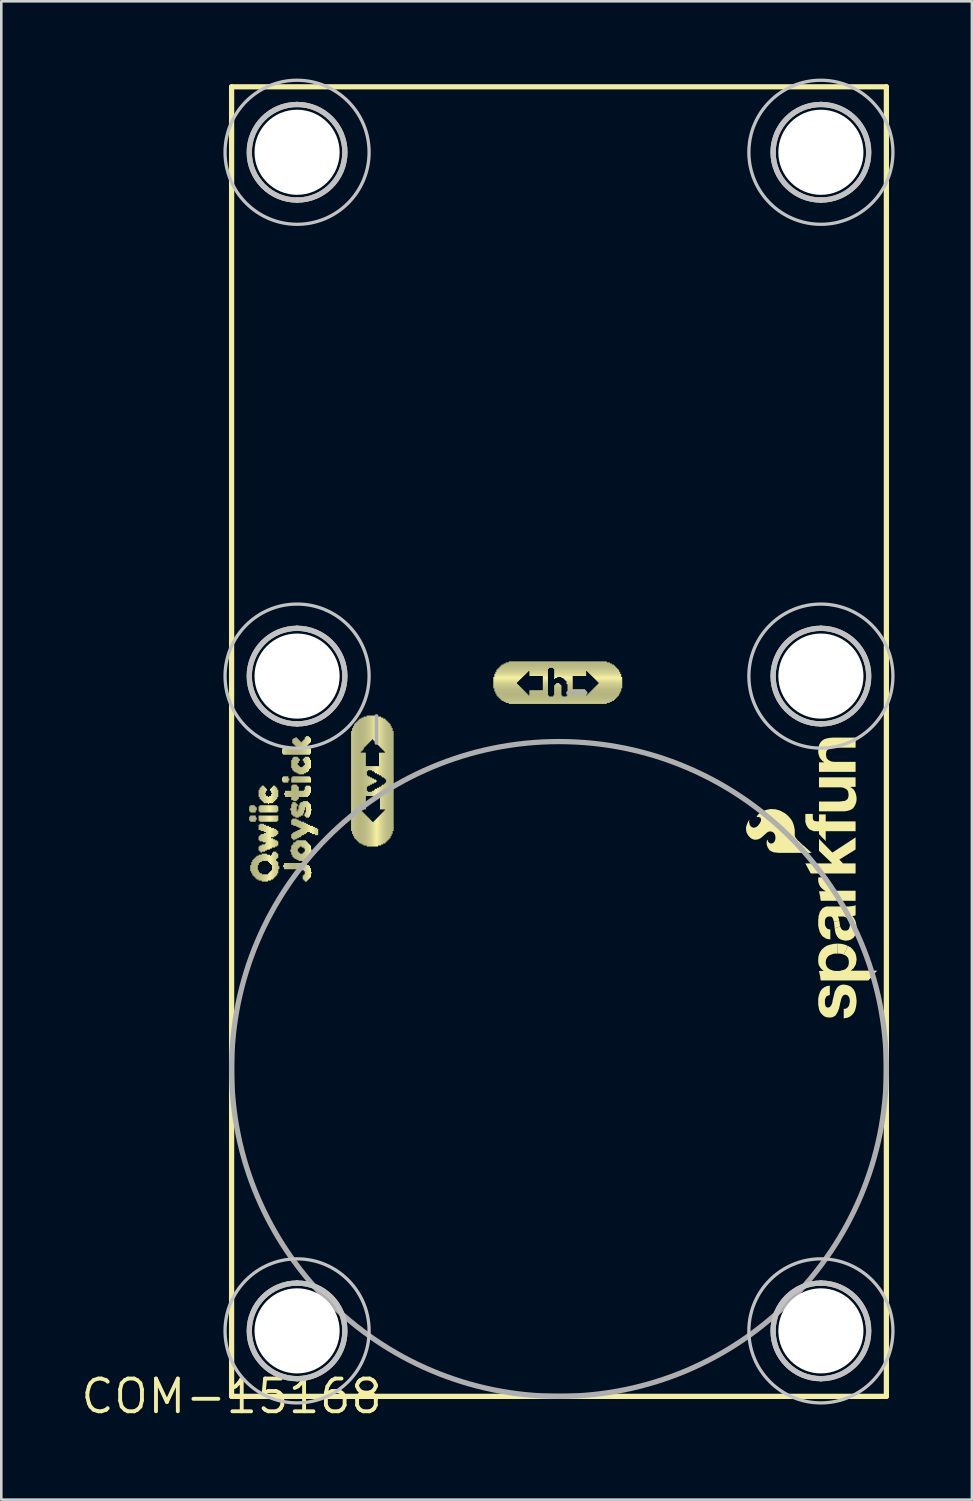
<source format=kicad_pcb>
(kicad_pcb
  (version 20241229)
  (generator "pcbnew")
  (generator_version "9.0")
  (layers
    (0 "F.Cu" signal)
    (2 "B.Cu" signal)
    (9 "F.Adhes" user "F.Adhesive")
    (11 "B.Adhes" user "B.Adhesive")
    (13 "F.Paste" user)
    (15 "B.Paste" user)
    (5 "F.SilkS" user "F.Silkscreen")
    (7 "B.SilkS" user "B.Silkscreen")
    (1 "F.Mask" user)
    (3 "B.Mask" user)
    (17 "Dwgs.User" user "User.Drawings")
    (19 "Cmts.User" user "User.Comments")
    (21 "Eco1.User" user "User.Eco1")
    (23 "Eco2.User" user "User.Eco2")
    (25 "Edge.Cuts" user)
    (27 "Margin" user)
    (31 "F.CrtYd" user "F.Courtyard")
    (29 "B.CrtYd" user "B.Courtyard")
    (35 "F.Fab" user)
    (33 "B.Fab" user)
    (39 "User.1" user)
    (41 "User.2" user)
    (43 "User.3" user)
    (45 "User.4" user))
  (footprint "COM-15168"
    (layer "F.Cu")
    (at 5.934 51.117)
    (property "Reference" "COM-15168" (at 0 0 0) (layer "F.SilkS") (effects (font (size 1.27 1.27) (thickness 0.15))))
    (attr through_hole)
    (fp_line (start 0 -50.8) (end 0 0) (stroke (width 0.203) (type solid)) (layer "F.SilkS"))
    (fp_line (start 0 -50.8) (end 25.4 -50.8) (stroke (width 0.203) (type solid)) (layer "F.SilkS"))
    (fp_line (start 25.4 -50.8) (end 25.4 0) (stroke (width 0.203) (type solid)) (layer "F.SilkS"))
    (fp_line (start 25.4 0) (end 0 0) (stroke (width 0.203) (type solid)) (layer "F.SilkS"))
    (fp_poly (pts (xy 0.73 -22.69) (xy 0.73 -22.89) (xy 0.69 -22.89) (xy 0.69 -22.69)) (stroke (width 0) (type solid)) (fill yes) (layer "F.SilkS"))
    (fp_poly (pts (xy 0.73 -22.33) (xy 0.73 -22.49) (xy 0.69 -22.49) (xy 0.69 -22.33)) (stroke (width 0) (type solid)) (fill yes) (layer "F.SilkS"))
    (fp_poly (pts (xy 0.77 -22.65) (xy 0.77 -22.93) (xy 0.73 -22.93) (xy 0.73 -22.65)) (stroke (width 0) (type solid)) (fill yes) (layer "F.SilkS"))
    (fp_poly (pts (xy 0.77 -22.29) (xy 0.77 -22.53) (xy 0.73 -22.53) (xy 0.73 -22.29)) (stroke (width 0) (type solid)) (fill yes) (layer "F.SilkS"))
    (fp_poly (pts (xy 0.77 -20.37) (xy 0.77 -20.61) (xy 0.73 -20.61) (xy 0.73 -20.37)) (stroke (width 0) (type solid)) (fill yes) (layer "F.SilkS"))
    (fp_poly (pts (xy 0.81 -22.65) (xy 0.81 -22.93) (xy 0.77 -22.93) (xy 0.77 -22.65)) (stroke (width 0) (type solid)) (fill yes) (layer "F.SilkS"))
    (fp_poly (pts (xy 0.81 -22.29) (xy 0.81 -22.53) (xy 0.77 -22.53) (xy 0.77 -22.29)) (stroke (width 0) (type solid)) (fill yes) (layer "F.SilkS"))
    (fp_poly (pts (xy 0.81 -20.29) (xy 0.81 -20.73) (xy 0.77 -20.73) (xy 0.77 -20.29)) (stroke (width 0) (type solid)) (fill yes) (layer "F.SilkS"))
    (fp_poly (pts (xy 0.85 -22.65) (xy 0.85 -22.93) (xy 0.81 -22.93) (xy 0.81 -22.65)) (stroke (width 0) (type solid)) (fill yes) (layer "F.SilkS"))
    (fp_poly (pts (xy 0.85 -22.29) (xy 0.85 -22.53) (xy 0.81 -22.53) (xy 0.81 -22.29)) (stroke (width 0) (type solid)) (fill yes) (layer "F.SilkS"))
    (fp_poly (pts (xy 0.85 -20.21) (xy 0.85 -20.81) (xy 0.81 -20.81) (xy 0.81 -20.21)) (stroke (width 0) (type solid)) (fill yes) (layer "F.SilkS"))
    (fp_poly (pts (xy 0.89 -22.65) (xy 0.89 -22.93) (xy 0.85 -22.93) (xy 0.85 -22.65)) (stroke (width 0) (type solid)) (fill yes) (layer "F.SilkS"))
    (fp_poly (pts (xy 0.89 -22.29) (xy 0.89 -22.53) (xy 0.85 -22.53) (xy 0.85 -22.29)) (stroke (width 0) (type solid)) (fill yes) (layer "F.SilkS"))
    (fp_poly (pts (xy 0.89 -20.17) (xy 0.89 -20.85) (xy 0.85 -20.85) (xy 0.85 -20.17)) (stroke (width 0) (type solid)) (fill yes) (layer "F.SilkS"))
    (fp_poly (pts (xy 0.93 -22.65) (xy 0.93 -22.89) (xy 0.89 -22.89) (xy 0.89 -22.65)) (stroke (width 0) (type solid)) (fill yes) (layer "F.SilkS"))
    (fp_poly (pts (xy 0.93 -22.29) (xy 0.93 -22.53) (xy 0.89 -22.53) (xy 0.89 -22.29)) (stroke (width 0) (type solid)) (fill yes) (layer "F.SilkS"))
    (fp_poly (pts (xy 0.93 -20.13) (xy 0.93 -20.89) (xy 0.89 -20.89) (xy 0.89 -20.13)) (stroke (width 0) (type solid)) (fill yes) (layer "F.SilkS"))
    (fp_poly (pts (xy 0.97 -22.73) (xy 0.97 -22.85) (xy 0.93 -22.85) (xy 0.93 -22.73)) (stroke (width 0) (type solid)) (fill yes) (layer "F.SilkS"))
    (fp_poly (pts (xy 0.97 -22.37) (xy 0.97 -22.45) (xy 0.93 -22.45) (xy 0.93 -22.37)) (stroke (width 0) (type solid)) (fill yes) (layer "F.SilkS"))
    (fp_poly (pts (xy 0.97 -20.09) (xy 0.97 -20.93) (xy 0.93 -20.93) (xy 0.93 -20.09)) (stroke (width 0) (type solid)) (fill yes) (layer "F.SilkS"))
    (fp_poly (pts (xy 1.01 -20.05) (xy 1.01 -20.97) (xy 0.97 -20.97) (xy 0.97 -20.05)) (stroke (width 0) (type solid)) (fill yes) (layer "F.SilkS"))
    (fp_poly (pts (xy 1.05 -20.61) (xy 1.05 -20.97) (xy 1.01 -20.97) (xy 1.01 -20.61)) (stroke (width 0) (type solid)) (fill yes) (layer "F.SilkS"))
    (fp_poly (pts (xy 1.05 -20.05) (xy 1.05 -20.41) (xy 1.01 -20.41) (xy 1.01 -20.05)) (stroke (width 0) (type solid)) (fill yes) (layer "F.SilkS"))
    (fp_poly (pts (xy 1.09 -23.25) (xy 1.09 -23.53) (xy 1.05 -23.53) (xy 1.05 -23.25)) (stroke (width 0) (type solid)) (fill yes) (layer "F.SilkS"))
    (fp_poly (pts (xy 1.09 -22.69) (xy 1.09 -22.89) (xy 1.05 -22.89) (xy 1.05 -22.69)) (stroke (width 0) (type solid)) (fill yes) (layer "F.SilkS"))
    (fp_poly (pts (xy 1.09 -22.33) (xy 1.09 -22.53) (xy 1.05 -22.53) (xy 1.05 -22.33)) (stroke (width 0) (type solid)) (fill yes) (layer "F.SilkS"))
    (fp_poly (pts (xy 1.09 -21.97) (xy 1.09 -22.17) (xy 1.05 -22.17) (xy 1.05 -21.97)) (stroke (width 0) (type solid)) (fill yes) (layer "F.SilkS"))
    (fp_poly (pts (xy 1.09 -21.57) (xy 1.09 -21.73) (xy 1.05 -21.73) (xy 1.05 -21.57)) (stroke (width 0) (type solid)) (fill yes) (layer "F.SilkS"))
    (fp_poly (pts (xy 1.09 -21.17) (xy 1.09 -21.33) (xy 1.05 -21.33) (xy 1.05 -21.17)) (stroke (width 0) (type solid)) (fill yes) (layer "F.SilkS"))
    (fp_poly (pts (xy 1.09 -20.69) (xy 1.09 -21.01) (xy 1.05 -21.01) (xy 1.05 -20.69)) (stroke (width 0) (type solid)) (fill yes) (layer "F.SilkS"))
    (fp_poly (pts (xy 1.09 -20.01) (xy 1.09 -20.33) (xy 1.05 -20.33) (xy 1.05 -20.01)) (stroke (width 0) (type solid)) (fill yes) (layer "F.SilkS"))
    (fp_poly (pts (xy 1.13 -23.17) (xy 1.13 -23.61) (xy 1.09 -23.61) (xy 1.09 -23.17)) (stroke (width 0) (type solid)) (fill yes) (layer "F.SilkS"))
    (fp_poly (pts (xy 1.13 -22.65) (xy 1.13 -22.93) (xy 1.09 -22.93) (xy 1.09 -22.65)) (stroke (width 0) (type solid)) (fill yes) (layer "F.SilkS"))
    (fp_poly (pts (xy 1.13 -22.29) (xy 1.13 -22.53) (xy 1.09 -22.53) (xy 1.09 -22.29)) (stroke (width 0) (type solid)) (fill yes) (layer "F.SilkS"))
    (fp_poly (pts (xy 1.13 -21.97) (xy 1.13 -22.21) (xy 1.09 -22.21) (xy 1.09 -21.97)) (stroke (width 0) (type solid)) (fill yes) (layer "F.SilkS"))
    (fp_poly (pts (xy 1.13 -21.53) (xy 1.13 -21.77) (xy 1.09 -21.77) (xy 1.09 -21.53)) (stroke (width 0) (type solid)) (fill yes) (layer "F.SilkS"))
    (fp_poly (pts (xy 1.13 -21.13) (xy 1.13 -21.37) (xy 1.09 -21.37) (xy 1.09 -21.13)) (stroke (width 0) (type solid)) (fill yes) (layer "F.SilkS"))
    (fp_poly (pts (xy 1.13 -20.73) (xy 1.13 -21.01) (xy 1.09 -21.01) (xy 1.09 -20.73)) (stroke (width 0) (type solid)) (fill yes) (layer "F.SilkS"))
    (fp_poly (pts (xy 1.13 -20.01) (xy 1.13 -20.29) (xy 1.09 -20.29) (xy 1.09 -20.01)) (stroke (width 0) (type solid)) (fill yes) (layer "F.SilkS"))
    (fp_poly (pts (xy 1.17 -23.13) (xy 1.17 -23.65) (xy 1.13 -23.65) (xy 1.13 -23.13)) (stroke (width 0) (type solid)) (fill yes) (layer "F.SilkS"))
    (fp_poly (pts (xy 1.17 -22.65) (xy 1.17 -22.93) (xy 1.13 -22.93) (xy 1.13 -22.65)) (stroke (width 0) (type solid)) (fill yes) (layer "F.SilkS"))
    (fp_poly (pts (xy 1.17 -22.29) (xy 1.17 -22.53) (xy 1.13 -22.53) (xy 1.13 -22.29)) (stroke (width 0) (type solid)) (fill yes) (layer "F.SilkS"))
    (fp_poly (pts (xy 1.17 -21.93) (xy 1.17 -22.21) (xy 1.13 -22.21) (xy 1.13 -21.93)) (stroke (width 0) (type solid)) (fill yes) (layer "F.SilkS"))
    (fp_poly (pts (xy 1.17 -21.53) (xy 1.17 -21.81) (xy 1.13 -21.81) (xy 1.13 -21.53)) (stroke (width 0) (type solid)) (fill yes) (layer "F.SilkS"))
    (fp_poly (pts (xy 1.17 -21.09) (xy 1.17 -21.37) (xy 1.13 -21.37) (xy 1.13 -21.09)) (stroke (width 0) (type solid)) (fill yes) (layer "F.SilkS"))
    (fp_poly (pts (xy 1.17 -20.73) (xy 1.17 -21.01) (xy 1.13 -21.01) (xy 1.13 -20.73)) (stroke (width 0) (type solid)) (fill yes) (layer "F.SilkS"))
    (fp_poly (pts (xy 1.17 -20.01) (xy 1.17 -20.29) (xy 1.13 -20.29) (xy 1.13 -20.01)) (stroke (width 0) (type solid)) (fill yes) (layer "F.SilkS"))
    (fp_poly (pts (xy 1.21 -23.09) (xy 1.21 -23.69) (xy 1.17 -23.69) (xy 1.17 -23.09)) (stroke (width 0) (type solid)) (fill yes) (layer "F.SilkS"))
    (fp_poly (pts (xy 1.21 -22.65) (xy 1.21 -22.93) (xy 1.17 -22.93) (xy 1.17 -22.65)) (stroke (width 0) (type solid)) (fill yes) (layer "F.SilkS"))
    (fp_poly (pts (xy 1.21 -22.29) (xy 1.21 -22.53) (xy 1.17 -22.53) (xy 1.17 -22.29)) (stroke (width 0) (type solid)) (fill yes) (layer "F.SilkS"))
    (fp_poly (pts (xy 1.21 -21.93) (xy 1.21 -22.21) (xy 1.17 -22.21) (xy 1.17 -21.93)) (stroke (width 0) (type solid)) (fill yes) (layer "F.SilkS"))
    (fp_poly (pts (xy 1.21 -21.53) (xy 1.21 -21.81) (xy 1.17 -21.81) (xy 1.17 -21.53)) (stroke (width 0) (type solid)) (fill yes) (layer "F.SilkS"))
    (fp_poly (pts (xy 1.21 -21.13) (xy 1.21 -21.41) (xy 1.17 -21.41) (xy 1.17 -21.13)) (stroke (width 0) (type solid)) (fill yes) (layer "F.SilkS"))
    (fp_poly (pts (xy 1.21 -20.77) (xy 1.21 -21.05) (xy 1.17 -21.05) (xy 1.17 -20.77)) (stroke (width 0) (type solid)) (fill yes) (layer "F.SilkS"))
    (fp_poly (pts (xy 1.21 -19.97) (xy 1.21 -20.25) (xy 1.17 -20.25) (xy 1.17 -19.97)) (stroke (width 0) (type solid)) (fill yes) (layer "F.SilkS"))
    (fp_poly (pts (xy 1.25 -23.05) (xy 1.25 -23.69) (xy 1.21 -23.69) (xy 1.21 -23.05)) (stroke (width 0) (type solid)) (fill yes) (layer "F.SilkS"))
    (fp_poly (pts (xy 1.25 -22.65) (xy 1.25 -22.93) (xy 1.21 -22.93) (xy 1.21 -22.65)) (stroke (width 0) (type solid)) (fill yes) (layer "F.SilkS"))
    (fp_poly (pts (xy 1.25 -22.29) (xy 1.25 -22.53) (xy 1.21 -22.53) (xy 1.21 -22.29)) (stroke (width 0) (type solid)) (fill yes) (layer "F.SilkS"))
    (fp_poly (pts (xy 1.25 -21.93) (xy 1.25 -22.21) (xy 1.21 -22.21) (xy 1.21 -21.93)) (stroke (width 0) (type solid)) (fill yes) (layer "F.SilkS"))
    (fp_poly (pts (xy 1.25 -21.49) (xy 1.25 -21.81) (xy 1.21 -21.81) (xy 1.21 -21.49)) (stroke (width 0) (type solid)) (fill yes) (layer "F.SilkS"))
    (fp_poly (pts (xy 1.25 -21.13) (xy 1.25 -21.41) (xy 1.21 -21.41) (xy 1.21 -21.13)) (stroke (width 0) (type solid)) (fill yes) (layer "F.SilkS"))
    (fp_poly (pts (xy 1.25 -20.77) (xy 1.25 -21.05) (xy 1.21 -21.05) (xy 1.21 -20.77)) (stroke (width 0) (type solid)) (fill yes) (layer "F.SilkS"))
    (fp_poly (pts (xy 1.25 -19.97) (xy 1.25 -20.25) (xy 1.21 -20.25) (xy 1.21 -19.97)) (stroke (width 0) (type solid)) (fill yes) (layer "F.SilkS"))
    (fp_poly (pts (xy 1.29 -23.01) (xy 1.29 -23.65) (xy 1.25 -23.65) (xy 1.25 -23.01)) (stroke (width 0) (type solid)) (fill yes) (layer "F.SilkS"))
    (fp_poly (pts (xy 1.29 -22.65) (xy 1.29 -22.93) (xy 1.25 -22.93) (xy 1.25 -22.65)) (stroke (width 0) (type solid)) (fill yes) (layer "F.SilkS"))
    (fp_poly (pts (xy 1.29 -22.29) (xy 1.29 -22.53) (xy 1.25 -22.53) (xy 1.25 -22.29)) (stroke (width 0) (type solid)) (fill yes) (layer "F.SilkS"))
    (fp_poly (pts (xy 1.29 -21.89) (xy 1.29 -22.17) (xy 1.25 -22.17) (xy 1.25 -21.89)) (stroke (width 0) (type solid)) (fill yes) (layer "F.SilkS"))
    (fp_poly (pts (xy 1.29 -21.49) (xy 1.29 -21.85) (xy 1.25 -21.85) (xy 1.25 -21.49)) (stroke (width 0) (type solid)) (fill yes) (layer "F.SilkS"))
    (fp_poly (pts (xy 1.29 -21.13) (xy 1.29 -21.41) (xy 1.25 -21.41) (xy 1.25 -21.13)) (stroke (width 0) (type solid)) (fill yes) (layer "F.SilkS"))
    (fp_poly (pts (xy 1.29 -20.77) (xy 1.29 -21.05) (xy 1.25 -21.05) (xy 1.25 -20.77)) (stroke (width 0) (type solid)) (fill yes) (layer "F.SilkS"))
    (fp_poly (pts (xy 1.29 -19.97) (xy 1.29 -20.25) (xy 1.25 -20.25) (xy 1.25 -19.97)) (stroke (width 0) (type solid)) (fill yes) (layer "F.SilkS"))
    (fp_poly (pts (xy 1.33 -23.41) (xy 1.33 -23.61) (xy 1.29 -23.61) (xy 1.29 -23.41)) (stroke (width 0) (type solid)) (fill yes) (layer "F.SilkS"))
    (fp_poly (pts (xy 1.33 -23.01) (xy 1.33 -23.37) (xy 1.29 -23.37) (xy 1.29 -23.01)) (stroke (width 0) (type solid)) (fill yes) (layer "F.SilkS"))
    (fp_poly (pts (xy 1.33 -22.65) (xy 1.33 -22.93) (xy 1.29 -22.93) (xy 1.29 -22.65)) (stroke (width 0) (type solid)) (fill yes) (layer "F.SilkS"))
    (fp_poly (pts (xy 1.33 -22.29) (xy 1.33 -22.53) (xy 1.29 -22.53) (xy 1.29 -22.29)) (stroke (width 0) (type solid)) (fill yes) (layer "F.SilkS"))
    (fp_poly (pts (xy 1.33 -21.89) (xy 1.33 -22.17) (xy 1.29 -22.17) (xy 1.29 -21.89)) (stroke (width 0) (type solid)) (fill yes) (layer "F.SilkS"))
    (fp_poly (pts (xy 1.33 -21.49) (xy 1.33 -21.85) (xy 1.29 -21.85) (xy 1.29 -21.49)) (stroke (width 0) (type solid)) (fill yes) (layer "F.SilkS"))
    (fp_poly (pts (xy 1.33 -21.17) (xy 1.33 -21.45) (xy 1.29 -21.45) (xy 1.29 -21.17)) (stroke (width 0) (type solid)) (fill yes) (layer "F.SilkS"))
    (fp_poly (pts (xy 1.33 -20.77) (xy 1.33 -21.05) (xy 1.29 -21.05) (xy 1.29 -20.77)) (stroke (width 0) (type solid)) (fill yes) (layer "F.SilkS"))
    (fp_poly (pts (xy 1.33 -19.97) (xy 1.33 -20.25) (xy 1.29 -20.25) (xy 1.29 -19.97)) (stroke (width 0) (type solid)) (fill yes) (layer "F.SilkS"))
    (fp_poly (pts (xy 1.37 -23.49) (xy 1.37 -23.57) (xy 1.33 -23.57) (xy 1.33 -23.49)) (stroke (width 0) (type solid)) (fill yes) (layer "F.SilkS"))
    (fp_poly (pts (xy 1.37 -23.01) (xy 1.37 -23.29) (xy 1.33 -23.29) (xy 1.33 -23.01)) (stroke (width 0) (type solid)) (fill yes) (layer "F.SilkS"))
    (fp_poly (pts (xy 1.37 -22.65) (xy 1.37 -22.93) (xy 1.33 -22.93) (xy 1.33 -22.65)) (stroke (width 0) (type solid)) (fill yes) (layer "F.SilkS"))
    (fp_poly (pts (xy 1.37 -22.29) (xy 1.37 -22.53) (xy 1.33 -22.53) (xy 1.33 -22.29)) (stroke (width 0) (type solid)) (fill yes) (layer "F.SilkS"))
    (fp_poly (pts (xy 1.37 -21.17) (xy 1.37 -22.13) (xy 1.33 -22.13) (xy 1.33 -21.17)) (stroke (width 0) (type solid)) (fill yes) (layer "F.SilkS"))
    (fp_poly (pts (xy 1.37 -20.77) (xy 1.37 -21.05) (xy 1.33 -21.05) (xy 1.33 -20.77)) (stroke (width 0) (type solid)) (fill yes) (layer "F.SilkS"))
    (fp_poly (pts (xy 1.37 -19.97) (xy 1.37 -20.25) (xy 1.33 -20.25) (xy 1.33 -19.97)) (stroke (width 0) (type solid)) (fill yes) (layer "F.SilkS"))
    (fp_poly (pts (xy 1.41 -23.01) (xy 1.41 -23.29) (xy 1.37 -23.29) (xy 1.37 -23.01)) (stroke (width 0) (type solid)) (fill yes) (layer "F.SilkS"))
    (fp_poly (pts (xy 1.41 -22.65) (xy 1.41 -22.93) (xy 1.37 -22.93) (xy 1.37 -22.65)) (stroke (width 0) (type solid)) (fill yes) (layer "F.SilkS"))
    (fp_poly (pts (xy 1.41 -22.29) (xy 1.41 -22.53) (xy 1.37 -22.53) (xy 1.37 -22.29)) (stroke (width 0) (type solid)) (fill yes) (layer "F.SilkS"))
    (fp_poly (pts (xy 1.41 -21.21) (xy 1.41 -22.13) (xy 1.37 -22.13) (xy 1.37 -21.21)) (stroke (width 0) (type solid)) (fill yes) (layer "F.SilkS"))
    (fp_poly (pts (xy 1.41 -20.77) (xy 1.41 -21.01) (xy 1.37 -21.01) (xy 1.37 -20.77)) (stroke (width 0) (type solid)) (fill yes) (layer "F.SilkS"))
    (fp_poly (pts (xy 1.41 -19.97) (xy 1.41 -20.25) (xy 1.37 -20.25) (xy 1.37 -19.97)) (stroke (width 0) (type solid)) (fill yes) (layer "F.SilkS"))
    (fp_poly (pts (xy 1.45 -22.97) (xy 1.45 -23.25) (xy 1.41 -23.25) (xy 1.41 -22.97)) (stroke (width 0) (type solid)) (fill yes) (layer "F.SilkS"))
    (fp_poly (pts (xy 1.45 -22.65) (xy 1.45 -22.93) (xy 1.41 -22.93) (xy 1.41 -22.65)) (stroke (width 0) (type solid)) (fill yes) (layer "F.SilkS"))
    (fp_poly (pts (xy 1.45 -22.29) (xy 1.45 -22.53) (xy 1.41 -22.53) (xy 1.41 -22.29)) (stroke (width 0) (type solid)) (fill yes) (layer "F.SilkS"))
    (fp_poly (pts (xy 1.45 -21.21) (xy 1.45 -22.13) (xy 1.41 -22.13) (xy 1.41 -21.21)) (stroke (width 0) (type solid)) (fill yes) (layer "F.SilkS"))
    (fp_poly (pts (xy 1.45 -20.73) (xy 1.45 -21.01) (xy 1.41 -21.01) (xy 1.41 -20.73)) (stroke (width 0) (type solid)) (fill yes) (layer "F.SilkS"))
    (fp_poly (pts (xy 1.45 -20.01) (xy 1.45 -20.29) (xy 1.41 -20.29) (xy 1.41 -20.01)) (stroke (width 0) (type solid)) (fill yes) (layer "F.SilkS"))
    (fp_poly (pts (xy 1.49 -23.01) (xy 1.49 -23.29) (xy 1.45 -23.29) (xy 1.45 -23.01)) (stroke (width 0) (type solid)) (fill yes) (layer "F.SilkS"))
    (fp_poly (pts (xy 1.49 -22.65) (xy 1.49 -22.93) (xy 1.45 -22.93) (xy 1.45 -22.65)) (stroke (width 0) (type solid)) (fill yes) (layer "F.SilkS"))
    (fp_poly (pts (xy 1.49 -22.29) (xy 1.49 -22.53) (xy 1.45 -22.53) (xy 1.45 -22.29)) (stroke (width 0) (type solid)) (fill yes) (layer "F.SilkS"))
    (fp_poly (pts (xy 1.49 -21.21) (xy 1.49 -22.09) (xy 1.45 -22.09) (xy 1.45 -21.21)) (stroke (width 0) (type solid)) (fill yes) (layer "F.SilkS"))
    (fp_poly (pts (xy 1.49 -20.69) (xy 1.49 -21.01) (xy 1.45 -21.01) (xy 1.45 -20.69)) (stroke (width 0) (type solid)) (fill yes) (layer "F.SilkS"))
    (fp_poly (pts (xy 1.49 -20.01) (xy 1.49 -20.33) (xy 1.45 -20.33) (xy 1.45 -20.01)) (stroke (width 0) (type solid)) (fill yes) (layer "F.SilkS"))
    (fp_poly (pts (xy 1.53 -23.49) (xy 1.53 -23.57) (xy 1.49 -23.57) (xy 1.49 -23.49)) (stroke (width 0) (type solid)) (fill yes) (layer "F.SilkS"))
    (fp_poly (pts (xy 1.53 -23.01) (xy 1.53 -23.29) (xy 1.49 -23.29) (xy 1.49 -23.01)) (stroke (width 0) (type solid)) (fill yes) (layer "F.SilkS"))
    (fp_poly (pts (xy 1.53 -22.65) (xy 1.53 -22.93) (xy 1.49 -22.93) (xy 1.49 -22.65)) (stroke (width 0) (type solid)) (fill yes) (layer "F.SilkS"))
    (fp_poly (pts (xy 1.53 -22.29) (xy 1.53 -22.53) (xy 1.49 -22.53) (xy 1.49 -22.29)) (stroke (width 0) (type solid)) (fill yes) (layer "F.SilkS"))
    (fp_poly (pts (xy 1.53 -21.25) (xy 1.53 -22.09) (xy 1.49 -22.09) (xy 1.49 -21.25)) (stroke (width 0) (type solid)) (fill yes) (layer "F.SilkS"))
    (fp_poly (pts (xy 1.53 -20.65) (xy 1.53 -20.97) (xy 1.49 -20.97) (xy 1.49 -20.65)) (stroke (width 0) (type solid)) (fill yes) (layer "F.SilkS"))
    (fp_poly (pts (xy 1.53 -20.01) (xy 1.53 -20.37) (xy 1.49 -20.37) (xy 1.49 -20.01)) (stroke (width 0) (type solid)) (fill yes) (layer "F.SilkS"))
    (fp_poly (pts (xy 1.57 -23.41) (xy 1.57 -23.61) (xy 1.53 -23.61) (xy 1.53 -23.41)) (stroke (width 0) (type solid)) (fill yes) (layer "F.SilkS"))
    (fp_poly (pts (xy 1.57 -23.01) (xy 1.57 -23.37) (xy 1.53 -23.37) (xy 1.53 -23.01)) (stroke (width 0) (type solid)) (fill yes) (layer "F.SilkS"))
    (fp_poly (pts (xy 1.57 -22.65) (xy 1.57 -22.93) (xy 1.53 -22.93) (xy 1.53 -22.65)) (stroke (width 0) (type solid)) (fill yes) (layer "F.SilkS"))
    (fp_poly (pts (xy 1.57 -22.29) (xy 1.57 -22.53) (xy 1.53 -22.53) (xy 1.53 -22.29)) (stroke (width 0) (type solid)) (fill yes) (layer "F.SilkS"))
    (fp_poly (pts (xy 1.57 -21.69) (xy 1.57 -22.05) (xy 1.53 -22.05) (xy 1.53 -21.69)) (stroke (width 0) (type solid)) (fill yes) (layer "F.SilkS"))
    (fp_poly (pts (xy 1.57 -21.25) (xy 1.57 -21.65) (xy 1.53 -21.65) (xy 1.53 -21.25)) (stroke (width 0) (type solid)) (fill yes) (layer "F.SilkS"))
    (fp_poly (pts (xy 1.57 -20.61) (xy 1.57 -21.01) (xy 1.53 -21.01) (xy 1.53 -20.61)) (stroke (width 0) (type solid)) (fill yes) (layer "F.SilkS"))
    (fp_poly (pts (xy 1.57 -20.05) (xy 1.57 -20.41) (xy 1.53 -20.41) (xy 1.53 -20.05)) (stroke (width 0) (type solid)) (fill yes) (layer "F.SilkS"))
    (fp_poly (pts (xy 1.61 -23.01) (xy 1.61 -23.65) (xy 1.57 -23.65) (xy 1.57 -23.01)) (stroke (width 0) (type solid)) (fill yes) (layer "F.SilkS"))
    (fp_poly (pts (xy 1.61 -22.65) (xy 1.61 -22.93) (xy 1.57 -22.93) (xy 1.57 -22.65)) (stroke (width 0) (type solid)) (fill yes) (layer "F.SilkS"))
    (fp_poly (pts (xy 1.61 -22.29) (xy 1.61 -22.53) (xy 1.57 -22.53) (xy 1.57 -22.29)) (stroke (width 0) (type solid)) (fill yes) (layer "F.SilkS"))
    (fp_poly (pts (xy 1.61 -21.69) (xy 1.61 -22.05) (xy 1.57 -22.05) (xy 1.57 -21.69)) (stroke (width 0) (type solid)) (fill yes) (layer "F.SilkS"))
    (fp_poly (pts (xy 1.61 -21.29) (xy 1.61 -21.65) (xy 1.57 -21.65) (xy 1.57 -21.29)) (stroke (width 0) (type solid)) (fill yes) (layer "F.SilkS"))
    (fp_poly (pts (xy 1.61 -20.05) (xy 1.61 -21.09) (xy 1.57 -21.09) (xy 1.57 -20.05)) (stroke (width 0) (type solid)) (fill yes) (layer "F.SilkS"))
    (fp_poly (pts (xy 1.65 -23.05) (xy 1.65 -23.69) (xy 1.61 -23.69) (xy 1.61 -23.05)) (stroke (width 0) (type solid)) (fill yes) (layer "F.SilkS"))
    (fp_poly (pts (xy 1.65 -22.65) (xy 1.65 -22.93) (xy 1.61 -22.93) (xy 1.61 -22.65)) (stroke (width 0) (type solid)) (fill yes) (layer "F.SilkS"))
    (fp_poly (pts (xy 1.65 -22.29) (xy 1.65 -22.53) (xy 1.61 -22.53) (xy 1.61 -22.29)) (stroke (width 0) (type solid)) (fill yes) (layer "F.SilkS"))
    (fp_poly (pts (xy 1.65 -21.69) (xy 1.65 -22.05) (xy 1.61 -22.05) (xy 1.61 -21.69)) (stroke (width 0) (type solid)) (fill yes) (layer "F.SilkS"))
    (fp_poly (pts (xy 1.65 -21.29) (xy 1.65 -21.61) (xy 1.61 -21.61) (xy 1.61 -21.29)) (stroke (width 0) (type solid)) (fill yes) (layer "F.SilkS"))
    (fp_poly (pts (xy 1.65 -20.09) (xy 1.65 -21.13) (xy 1.61 -21.13) (xy 1.61 -20.09)) (stroke (width 0) (type solid)) (fill yes) (layer "F.SilkS"))
    (fp_poly (pts (xy 1.69 -23.09) (xy 1.69 -23.69) (xy 1.65 -23.69) (xy 1.65 -23.09)) (stroke (width 0) (type solid)) (fill yes) (layer "F.SilkS"))
    (fp_poly (pts (xy 1.69 -22.65) (xy 1.69 -22.93) (xy 1.65 -22.93) (xy 1.65 -22.65)) (stroke (width 0) (type solid)) (fill yes) (layer "F.SilkS"))
    (fp_poly (pts (xy 1.69 -22.29) (xy 1.69 -22.53) (xy 1.65 -22.53) (xy 1.65 -22.29)) (stroke (width 0) (type solid)) (fill yes) (layer "F.SilkS"))
    (fp_poly (pts (xy 1.69 -21.73) (xy 1.69 -22.01) (xy 1.65 -22.01) (xy 1.65 -21.73)) (stroke (width 0) (type solid)) (fill yes) (layer "F.SilkS"))
    (fp_poly (pts (xy 1.69 -21.29) (xy 1.69 -21.61) (xy 1.65 -21.61) (xy 1.65 -21.29)) (stroke (width 0) (type solid)) (fill yes) (layer "F.SilkS"))
    (fp_poly (pts (xy 1.69 -20.13) (xy 1.69 -21.13) (xy 1.65 -21.13) (xy 1.65 -20.13)) (stroke (width 0) (type solid)) (fill yes) (layer "F.SilkS"))
    (fp_poly (pts (xy 1.73 -23.13) (xy 1.73 -23.65) (xy 1.69 -23.65) (xy 1.69 -23.13)) (stroke (width 0) (type solid)) (fill yes) (layer "F.SilkS"))
    (fp_poly (pts (xy 1.73 -22.65) (xy 1.73 -22.93) (xy 1.69 -22.93) (xy 1.69 -22.65)) (stroke (width 0) (type solid)) (fill yes) (layer "F.SilkS"))
    (fp_poly (pts (xy 1.73 -22.29) (xy 1.73 -22.53) (xy 1.69 -22.53) (xy 1.69 -22.29)) (stroke (width 0) (type solid)) (fill yes) (layer "F.SilkS"))
    (fp_poly (pts (xy 1.73 -21.73) (xy 1.73 -22.01) (xy 1.69 -22.01) (xy 1.69 -21.73)) (stroke (width 0) (type solid)) (fill yes) (layer "F.SilkS"))
    (fp_poly (pts (xy 1.73 -21.33) (xy 1.73 -21.57) (xy 1.69 -21.57) (xy 1.69 -21.33)) (stroke (width 0) (type solid)) (fill yes) (layer "F.SilkS"))
    (fp_poly (pts (xy 1.73 -20.17) (xy 1.73 -21.13) (xy 1.69 -21.13) (xy 1.69 -20.17)) (stroke (width 0) (type solid)) (fill yes) (layer "F.SilkS"))
    (fp_poly (pts (xy 1.77 -23.17) (xy 1.77 -23.61) (xy 1.73 -23.61) (xy 1.73 -23.17)) (stroke (width 0) (type solid)) (fill yes) (layer "F.SilkS"))
    (fp_poly (pts (xy 1.77 -22.65) (xy 1.77 -22.93) (xy 1.73 -22.93) (xy 1.73 -22.65)) (stroke (width 0) (type solid)) (fill yes) (layer "F.SilkS"))
    (fp_poly (pts (xy 1.77 -22.29) (xy 1.77 -22.53) (xy 1.73 -22.53) (xy 1.73 -22.29)) (stroke (width 0) (type solid)) (fill yes) (layer "F.SilkS"))
    (fp_poly (pts (xy 1.77 -21.77) (xy 1.77 -21.97) (xy 1.73 -21.97) (xy 1.73 -21.77)) (stroke (width 0) (type solid)) (fill yes) (layer "F.SilkS"))
    (fp_poly (pts (xy 1.77 -21.33) (xy 1.77 -21.57) (xy 1.73 -21.57) (xy 1.73 -21.33)) (stroke (width 0) (type solid)) (fill yes) (layer "F.SilkS"))
    (fp_poly (pts (xy 1.77 -20.85) (xy 1.77 -21.09) (xy 1.73 -21.09) (xy 1.73 -20.85)) (stroke (width 0) (type solid)) (fill yes) (layer "F.SilkS"))
    (fp_poly (pts (xy 1.77 -20.21) (xy 1.77 -20.77) (xy 1.73 -20.77) (xy 1.73 -20.21)) (stroke (width 0) (type solid)) (fill yes) (layer "F.SilkS"))
    (fp_poly (pts (xy 1.81 -23.25) (xy 1.81 -23.53) (xy 1.77 -23.53) (xy 1.77 -23.25)) (stroke (width 0) (type solid)) (fill yes) (layer "F.SilkS"))
    (fp_poly (pts (xy 1.81 -22.69) (xy 1.81 -22.89) (xy 1.77 -22.89) (xy 1.77 -22.69)) (stroke (width 0) (type solid)) (fill yes) (layer "F.SilkS"))
    (fp_poly (pts (xy 1.81 -22.33) (xy 1.81 -22.53) (xy 1.77 -22.53) (xy 1.77 -22.33)) (stroke (width 0) (type solid)) (fill yes) (layer "F.SilkS"))
    (fp_poly (pts (xy 1.81 -21.81) (xy 1.81 -21.93) (xy 1.77 -21.93) (xy 1.77 -21.81)) (stroke (width 0) (type solid)) (fill yes) (layer "F.SilkS"))
    (fp_poly (pts (xy 1.81 -21.37) (xy 1.81 -21.53) (xy 1.77 -21.53) (xy 1.77 -21.37)) (stroke (width 0) (type solid)) (fill yes) (layer "F.SilkS"))
    (fp_poly (pts (xy 1.81 -20.89) (xy 1.81 -21.05) (xy 1.77 -21.05) (xy 1.77 -20.89)) (stroke (width 0) (type solid)) (fill yes) (layer "F.SilkS"))
    (fp_poly (pts (xy 1.81 -20.29) (xy 1.81 -20.73) (xy 1.77 -20.73) (xy 1.77 -20.29)) (stroke (width 0) (type solid)) (fill yes) (layer "F.SilkS"))
    (fp_poly (pts (xy 1.85 -20.45) (xy 1.85 -20.57) (xy 1.81 -20.57) (xy 1.81 -20.45)) (stroke (width 0) (type solid)) (fill yes) (layer "F.SilkS"))
    (fp_poly (pts (xy 2 -24.93) (xy 2 -25.13) (xy 1.96 -25.13) (xy 1.96 -24.93)) (stroke (width 0) (type solid)) (fill yes) (layer "F.SilkS"))
    (fp_poly (pts (xy 2 -23.85) (xy 2 -24.01) (xy 1.96 -24.01) (xy 1.96 -23.85)) (stroke (width 0) (type solid)) (fill yes) (layer "F.SilkS"))
    (fp_poly (pts (xy 2.04 -24.89) (xy 2.04 -25.17) (xy 2 -25.17) (xy 2 -24.89)) (stroke (width 0) (type solid)) (fill yes) (layer "F.SilkS"))
    (fp_poly (pts (xy 2.04 -23.81) (xy 2.04 -24.05) (xy 2 -24.05) (xy 2 -23.81)) (stroke (width 0) (type solid)) (fill yes) (layer "F.SilkS"))
    (fp_poly (pts (xy 2.04 -20.53) (xy 2.04 -20.61) (xy 2 -20.61) (xy 2 -20.53)) (stroke (width 0) (type solid)) (fill yes) (layer "F.SilkS"))
    (fp_poly (pts (xy 2.08 -24.89) (xy 2.08 -25.17) (xy 2.04 -25.17) (xy 2.04 -24.89)) (stroke (width 0) (type solid)) (fill yes) (layer "F.SilkS"))
    (fp_poly (pts (xy 2.08 -23.81) (xy 2.08 -24.05) (xy 2.04 -24.05) (xy 2.04 -23.81)) (stroke (width 0) (type solid)) (fill yes) (layer "F.SilkS"))
    (fp_poly (pts (xy 2.08 -23.33) (xy 2.08 -23.41) (xy 2.04 -23.41) (xy 2.04 -23.33)) (stroke (width 0) (type solid)) (fill yes) (layer "F.SilkS"))
    (fp_poly (pts (xy 2.08 -20.45) (xy 2.08 -20.69) (xy 2.04 -20.69) (xy 2.04 -20.45)) (stroke (width 0) (type solid)) (fill yes) (layer "F.SilkS"))
    (fp_poly (pts (xy 2.12 -24.89) (xy 2.12 -25.17) (xy 2.08 -25.17) (xy 2.08 -24.89)) (stroke (width 0) (type solid)) (fill yes) (layer "F.SilkS"))
    (fp_poly (pts (xy 2.12 -23.81) (xy 2.12 -24.05) (xy 2.08 -24.05) (xy 2.08 -23.81)) (stroke (width 0) (type solid)) (fill yes) (layer "F.SilkS"))
    (fp_poly (pts (xy 2.12 -23.25) (xy 2.12 -23.49) (xy 2.08 -23.49) (xy 2.08 -23.25)) (stroke (width 0) (type solid)) (fill yes) (layer "F.SilkS"))
    (fp_poly (pts (xy 2.12 -20.45) (xy 2.12 -20.69) (xy 2.08 -20.69) (xy 2.08 -20.45)) (stroke (width 0) (type solid)) (fill yes) (layer "F.SilkS"))
    (fp_poly (pts (xy 2.16 -24.89) (xy 2.16 -25.17) (xy 2.12 -25.17) (xy 2.12 -24.89)) (stroke (width 0) (type solid)) (fill yes) (layer "F.SilkS"))
    (fp_poly (pts (xy 2.16 -23.81) (xy 2.16 -24.05) (xy 2.12 -24.05) (xy 2.12 -23.81)) (stroke (width 0) (type solid)) (fill yes) (layer "F.SilkS"))
    (fp_poly (pts (xy 2.16 -23.25) (xy 2.16 -23.49) (xy 2.12 -23.49) (xy 2.12 -23.25)) (stroke (width 0) (type solid)) (fill yes) (layer "F.SilkS"))
    (fp_poly (pts (xy 2.16 -20.45) (xy 2.16 -20.69) (xy 2.12 -20.69) (xy 2.12 -20.45)) (stroke (width 0) (type solid)) (fill yes) (layer "F.SilkS"))
    (fp_poly (pts (xy 2.2 -24.89) (xy 2.2 -25.17) (xy 2.16 -25.17) (xy 2.16 -24.89)) (stroke (width 0) (type solid)) (fill yes) (layer "F.SilkS"))
    (fp_poly (pts (xy 2.2 -23.81) (xy 2.2 -24.05) (xy 2.16 -24.05) (xy 2.16 -23.81)) (stroke (width 0) (type solid)) (fill yes) (layer "F.SilkS"))
    (fp_poly (pts (xy 2.2 -23.25) (xy 2.2 -23.49) (xy 2.16 -23.49) (xy 2.16 -23.25)) (stroke (width 0) (type solid)) (fill yes) (layer "F.SilkS"))
    (fp_poly (pts (xy 2.2 -20.45) (xy 2.2 -20.69) (xy 2.16 -20.69) (xy 2.16 -20.45)) (stroke (width 0) (type solid)) (fill yes) (layer "F.SilkS"))
    (fp_poly (pts (xy 2.24 -24.89) (xy 2.24 -25.17) (xy 2.2 -25.17) (xy 2.2 -24.89)) (stroke (width 0) (type solid)) (fill yes) (layer "F.SilkS"))
    (fp_poly (pts (xy 2.24 -23.89) (xy 2.24 -23.97) (xy 2.2 -23.97) (xy 2.2 -23.89)) (stroke (width 0) (type solid)) (fill yes) (layer "F.SilkS"))
    (fp_poly (pts (xy 2.24 -23.25) (xy 2.24 -23.49) (xy 2.2 -23.49) (xy 2.2 -23.25)) (stroke (width 0) (type solid)) (fill yes) (layer "F.SilkS"))
    (fp_poly (pts (xy 2.24 -20.45) (xy 2.24 -20.69) (xy 2.2 -20.69) (xy 2.2 -20.45)) (stroke (width 0) (type solid)) (fill yes) (layer "F.SilkS"))
    (fp_poly (pts (xy 2.28 -24.89) (xy 2.28 -25.17) (xy 2.24 -25.17) (xy 2.24 -24.89)) (stroke (width 0) (type solid)) (fill yes) (layer "F.SilkS"))
    (fp_poly (pts (xy 2.28 -23.25) (xy 2.28 -23.49) (xy 2.24 -23.49) (xy 2.24 -23.25)) (stroke (width 0) (type solid)) (fill yes) (layer "F.SilkS"))
    (fp_poly (pts (xy 2.28 -20.45) (xy 2.28 -20.69) (xy 2.24 -20.69) (xy 2.24 -20.45)) (stroke (width 0) (type solid)) (fill yes) (layer "F.SilkS"))
    (fp_poly (pts (xy 2.32 -24.89) (xy 2.32 -25.17) (xy 2.28 -25.17) (xy 2.28 -24.89)) (stroke (width 0) (type solid)) (fill yes) (layer "F.SilkS"))
    (fp_poly (pts (xy 2.32 -23.25) (xy 2.32 -23.49) (xy 2.28 -23.49) (xy 2.28 -23.25)) (stroke (width 0) (type solid)) (fill yes) (layer "F.SilkS"))
    (fp_poly (pts (xy 2.32 -22.73) (xy 2.32 -22.81) (xy 2.28 -22.81) (xy 2.28 -22.73)) (stroke (width 0) (type solid)) (fill yes) (layer "F.SilkS"))
    (fp_poly (pts (xy 2.32 -21.13) (xy 2.32 -21.21) (xy 2.28 -21.21) (xy 2.28 -21.13)) (stroke (width 0) (type solid)) (fill yes) (layer "F.SilkS"))
    (fp_poly (pts (xy 2.32 -20.45) (xy 2.32 -20.69) (xy 2.28 -20.69) (xy 2.28 -20.45)) (stroke (width 0) (type solid)) (fill yes) (layer "F.SilkS"))
    (fp_poly (pts (xy 2.36 -24.89) (xy 2.36 -25.17) (xy 2.32 -25.17) (xy 2.32 -24.89)) (stroke (width 0) (type solid)) (fill yes) (layer "F.SilkS"))
    (fp_poly (pts (xy 2.36 -24.37) (xy 2.36 -24.69) (xy 2.32 -24.69) (xy 2.32 -24.37)) (stroke (width 0) (type solid)) (fill yes) (layer "F.SilkS"))
    (fp_poly (pts (xy 2.36 -23.81) (xy 2.36 -24.01) (xy 2.32 -24.01) (xy 2.32 -23.81)) (stroke (width 0) (type solid)) (fill yes) (layer "F.SilkS"))
    (fp_poly (pts (xy 2.36 -23.13) (xy 2.36 -23.69) (xy 2.32 -23.69) (xy 2.32 -23.13)) (stroke (width 0) (type solid)) (fill yes) (layer "F.SilkS"))
    (fp_poly (pts (xy 2.36 -22.57) (xy 2.36 -22.97) (xy 2.32 -22.97) (xy 2.32 -22.57)) (stroke (width 0) (type solid)) (fill yes) (layer "F.SilkS"))
    (fp_poly (pts (xy 2.36 -22.17) (xy 2.36 -22.37) (xy 2.32 -22.37) (xy 2.32 -22.17)) (stroke (width 0) (type solid)) (fill yes) (layer "F.SilkS"))
    (fp_poly (pts (xy 2.36 -21.65) (xy 2.36 -21.81) (xy 2.32 -21.81) (xy 2.32 -21.65)) (stroke (width 0) (type solid)) (fill yes) (layer "F.SilkS"))
    (fp_poly (pts (xy 2.36 -21.01) (xy 2.36 -21.37) (xy 2.32 -21.37) (xy 2.32 -21.01)) (stroke (width 0) (type solid)) (fill yes) (layer "F.SilkS"))
    (fp_poly (pts (xy 2.36 -20.45) (xy 2.36 -20.69) (xy 2.32 -20.69) (xy 2.32 -20.45)) (stroke (width 0) (type solid)) (fill yes) (layer "F.SilkS"))
    (fp_poly (pts (xy 2.4 -25.33) (xy 2.4 -25.49) (xy 2.36 -25.49) (xy 2.36 -25.33)) (stroke (width 0) (type solid)) (fill yes) (layer "F.SilkS"))
    (fp_poly (pts (xy 2.4 -24.89) (xy 2.4 -25.17) (xy 2.36 -25.17) (xy 2.36 -24.89)) (stroke (width 0) (type solid)) (fill yes) (layer "F.SilkS"))
    (fp_poly (pts (xy 2.4 -24.29) (xy 2.4 -24.77) (xy 2.36 -24.77) (xy 2.36 -24.29)) (stroke (width 0) (type solid)) (fill yes) (layer "F.SilkS"))
    (fp_poly (pts (xy 2.4 -23.81) (xy 2.4 -24.05) (xy 2.36 -24.05) (xy 2.36 -23.81)) (stroke (width 0) (type solid)) (fill yes) (layer "F.SilkS"))
    (fp_poly (pts (xy 2.4 -23.13) (xy 2.4 -23.73) (xy 2.36 -23.73) (xy 2.36 -23.13)) (stroke (width 0) (type solid)) (fill yes) (layer "F.SilkS"))
    (fp_poly (pts (xy 2.4 -22.53) (xy 2.4 -23.05) (xy 2.36 -23.05) (xy 2.36 -22.53)) (stroke (width 0) (type solid)) (fill yes) (layer "F.SilkS"))
    (fp_poly (pts (xy 2.4 -22.17) (xy 2.4 -22.41) (xy 2.36 -22.41) (xy 2.36 -22.17)) (stroke (width 0) (type solid)) (fill yes) (layer "F.SilkS"))
    (fp_poly (pts (xy 2.4 -21.61) (xy 2.4 -21.85) (xy 2.36 -21.85) (xy 2.36 -21.61)) (stroke (width 0) (type solid)) (fill yes) (layer "F.SilkS"))
    (fp_poly (pts (xy 2.4 -20.93) (xy 2.4 -21.41) (xy 2.36 -21.41) (xy 2.36 -20.93)) (stroke (width 0) (type solid)) (fill yes) (layer "F.SilkS"))
    (fp_poly (pts (xy 2.4 -20.45) (xy 2.4 -20.69) (xy 2.36 -20.69) (xy 2.36 -20.45)) (stroke (width 0) (type solid)) (fill yes) (layer "F.SilkS"))
    (fp_poly (pts (xy 2.44 -25.29) (xy 2.44 -25.53) (xy 2.4 -25.53) (xy 2.4 -25.29)) (stroke (width 0) (type solid)) (fill yes) (layer "F.SilkS"))
    (fp_poly (pts (xy 2.44 -24.89) (xy 2.44 -25.17) (xy 2.4 -25.17) (xy 2.4 -24.89)) (stroke (width 0) (type solid)) (fill yes) (layer "F.SilkS"))
    (fp_poly (pts (xy 2.44 -24.25) (xy 2.44 -24.81) (xy 2.4 -24.81) (xy 2.4 -24.25)) (stroke (width 0) (type solid)) (fill yes) (layer "F.SilkS"))
    (fp_poly (pts (xy 2.44 -23.81) (xy 2.44 -24.05) (xy 2.4 -24.05) (xy 2.4 -23.81)) (stroke (width 0) (type solid)) (fill yes) (layer "F.SilkS"))
    (fp_poly (pts (xy 2.44 -23.09) (xy 2.44 -23.73) (xy 2.4 -23.73) (xy 2.4 -23.09)) (stroke (width 0) (type solid)) (fill yes) (layer "F.SilkS"))
    (fp_poly (pts (xy 2.44 -22.49) (xy 2.44 -23.05) (xy 2.4 -23.05) (xy 2.4 -22.49)) (stroke (width 0) (type solid)) (fill yes) (layer "F.SilkS"))
    (fp_poly (pts (xy 2.44 -22.13) (xy 2.44 -22.41) (xy 2.4 -22.41) (xy 2.4 -22.13)) (stroke (width 0) (type solid)) (fill yes) (layer "F.SilkS"))
    (fp_poly (pts (xy 2.44 -21.57) (xy 2.44 -21.89) (xy 2.4 -21.89) (xy 2.4 -21.57)) (stroke (width 0) (type solid)) (fill yes) (layer "F.SilkS"))
    (fp_poly (pts (xy 2.44 -20.89) (xy 2.44 -21.49) (xy 2.4 -21.49) (xy 2.4 -20.89)) (stroke (width 0) (type solid)) (fill yes) (layer "F.SilkS"))
    (fp_poly (pts (xy 2.44 -20.45) (xy 2.44 -20.69) (xy 2.4 -20.69) (xy 2.4 -20.45)) (stroke (width 0) (type solid)) (fill yes) (layer "F.SilkS"))
    (fp_poly (pts (xy 2.48 -25.25) (xy 2.48 -25.53) (xy 2.44 -25.53) (xy 2.44 -25.25)) (stroke (width 0) (type solid)) (fill yes) (layer "F.SilkS"))
    (fp_poly (pts (xy 2.48 -24.89) (xy 2.48 -25.17) (xy 2.44 -25.17) (xy 2.44 -24.89)) (stroke (width 0) (type solid)) (fill yes) (layer "F.SilkS"))
    (fp_poly (pts (xy 2.48 -24.21) (xy 2.48 -24.81) (xy 2.44 -24.81) (xy 2.44 -24.21)) (stroke (width 0) (type solid)) (fill yes) (layer "F.SilkS"))
    (fp_poly (pts (xy 2.48 -23.81) (xy 2.48 -24.05) (xy 2.44 -24.05) (xy 2.44 -23.81)) (stroke (width 0) (type solid)) (fill yes) (layer "F.SilkS"))
    (fp_poly (pts (xy 2.48 -23.09) (xy 2.48 -23.73) (xy 2.44 -23.73) (xy 2.44 -23.09)) (stroke (width 0) (type solid)) (fill yes) (layer "F.SilkS"))
    (fp_poly (pts (xy 2.48 -22.49) (xy 2.48 -23.05) (xy 2.44 -23.05) (xy 2.44 -22.49)) (stroke (width 0) (type solid)) (fill yes) (layer "F.SilkS"))
    (fp_poly (pts (xy 2.48 -22.13) (xy 2.48 -22.41) (xy 2.44 -22.41) (xy 2.44 -22.13)) (stroke (width 0) (type solid)) (fill yes) (layer "F.SilkS"))
    (fp_poly (pts (xy 2.48 -21.61) (xy 2.48 -21.89) (xy 2.44 -21.89) (xy 2.44 -21.61)) (stroke (width 0) (type solid)) (fill yes) (layer "F.SilkS"))
    (fp_poly (pts (xy 2.48 -20.85) (xy 2.48 -21.49) (xy 2.44 -21.49) (xy 2.44 -20.85)) (stroke (width 0) (type solid)) (fill yes) (layer "F.SilkS"))
    (fp_poly (pts (xy 2.48 -20.45) (xy 2.48 -20.69) (xy 2.44 -20.69) (xy 2.44 -20.45)) (stroke (width 0) (type solid)) (fill yes) (layer "F.SilkS"))
    (fp_poly (pts (xy 2.52 -25.21) (xy 2.52 -25.57) (xy 2.48 -25.57) (xy 2.48 -25.21)) (stroke (width 0) (type solid)) (fill yes) (layer "F.SilkS"))
    (fp_poly (pts (xy 2.52 -24.89) (xy 2.52 -25.17) (xy 2.48 -25.17) (xy 2.48 -24.89)) (stroke (width 0) (type solid)) (fill yes) (layer "F.SilkS"))
    (fp_poly (pts (xy 2.52 -24.21) (xy 2.52 -24.81) (xy 2.48 -24.81) (xy 2.48 -24.21)) (stroke (width 0) (type solid)) (fill yes) (layer "F.SilkS"))
    (fp_poly (pts (xy 2.52 -23.81) (xy 2.52 -24.05) (xy 2.48 -24.05) (xy 2.48 -23.81)) (stroke (width 0) (type solid)) (fill yes) (layer "F.SilkS"))
    (fp_poly (pts (xy 2.52 -23.09) (xy 2.52 -23.73) (xy 2.48 -23.73) (xy 2.48 -23.09)) (stroke (width 0) (type solid)) (fill yes) (layer "F.SilkS"))
    (fp_poly (pts (xy 2.52 -22.45) (xy 2.52 -23.01) (xy 2.48 -23.01) (xy 2.48 -22.45)) (stroke (width 0) (type solid)) (fill yes) (layer "F.SilkS"))
    (fp_poly (pts (xy 2.52 -22.13) (xy 2.52 -22.41) (xy 2.48 -22.41) (xy 2.48 -22.13)) (stroke (width 0) (type solid)) (fill yes) (layer "F.SilkS"))
    (fp_poly (pts (xy 2.52 -21.61) (xy 2.52 -21.93) (xy 2.48 -21.93) (xy 2.48 -21.61)) (stroke (width 0) (type solid)) (fill yes) (layer "F.SilkS"))
    (fp_poly (pts (xy 2.52 -20.85) (xy 2.52 -21.53) (xy 2.48 -21.53) (xy 2.48 -20.85)) (stroke (width 0) (type solid)) (fill yes) (layer "F.SilkS"))
    (fp_poly (pts (xy 2.52 -20.45) (xy 2.52 -20.69) (xy 2.48 -20.69) (xy 2.48 -20.45)) (stroke (width 0) (type solid)) (fill yes) (layer "F.SilkS"))
    (fp_poly (pts (xy 2.56 -24.89) (xy 2.56 -25.53) (xy 2.52 -25.53) (xy 2.52 -24.89)) (stroke (width 0) (type solid)) (fill yes) (layer "F.SilkS"))
    (fp_poly (pts (xy 2.56 -24.17) (xy 2.56 -24.81) (xy 2.52 -24.81) (xy 2.52 -24.17)) (stroke (width 0) (type solid)) (fill yes) (layer "F.SilkS"))
    (fp_poly (pts (xy 2.56 -23.81) (xy 2.56 -24.05) (xy 2.52 -24.05) (xy 2.52 -23.81)) (stroke (width 0) (type solid)) (fill yes) (layer "F.SilkS"))
    (fp_poly (pts (xy 2.56 -23.13) (xy 2.56 -23.69) (xy 2.52 -23.69) (xy 2.52 -23.13)) (stroke (width 0) (type solid)) (fill yes) (layer "F.SilkS"))
    (fp_poly (pts (xy 2.56 -22.89) (xy 2.56 -22.97) (xy 2.52 -22.97) (xy 2.52 -22.89)) (stroke (width 0) (type solid)) (fill yes) (layer "F.SilkS"))
    (fp_poly (pts (xy 2.56 -22.45) (xy 2.56 -22.69) (xy 2.52 -22.69) (xy 2.52 -22.45)) (stroke (width 0) (type solid)) (fill yes) (layer "F.SilkS"))
    (fp_poly (pts (xy 2.56 -22.09) (xy 2.56 -22.37) (xy 2.52 -22.37) (xy 2.52 -22.09)) (stroke (width 0) (type solid)) (fill yes) (layer "F.SilkS"))
    (fp_poly (pts (xy 2.56 -21.65) (xy 2.56 -21.93) (xy 2.52 -21.93) (xy 2.52 -21.65)) (stroke (width 0) (type solid)) (fill yes) (layer "F.SilkS"))
    (fp_poly (pts (xy 2.56 -20.81) (xy 2.56 -21.57) (xy 2.52 -21.57) (xy 2.52 -20.81)) (stroke (width 0) (type solid)) (fill yes) (layer "F.SilkS"))
    (fp_poly (pts (xy 2.56 -20.45) (xy 2.56 -20.69) (xy 2.52 -20.69) (xy 2.52 -20.45)) (stroke (width 0) (type solid)) (fill yes) (layer "F.SilkS"))
    (fp_poly (pts (xy 2.6 -24.89) (xy 2.6 -25.49) (xy 2.56 -25.49) (xy 2.56 -24.89)) (stroke (width 0) (type solid)) (fill yes) (layer "F.SilkS"))
    (fp_poly (pts (xy 2.6 -24.57) (xy 2.6 -24.77) (xy 2.56 -24.77) (xy 2.56 -24.57)) (stroke (width 0) (type solid)) (fill yes) (layer "F.SilkS"))
    (fp_poly (pts (xy 2.6 -24.17) (xy 2.6 -24.49) (xy 2.56 -24.49) (xy 2.56 -24.17)) (stroke (width 0) (type solid)) (fill yes) (layer "F.SilkS"))
    (fp_poly (pts (xy 2.6 -23.81) (xy 2.6 -24.05) (xy 2.56 -24.05) (xy 2.56 -23.81)) (stroke (width 0) (type solid)) (fill yes) (layer "F.SilkS"))
    (fp_poly (pts (xy 2.6 -23.17) (xy 2.6 -23.65) (xy 2.56 -23.65) (xy 2.56 -23.17)) (stroke (width 0) (type solid)) (fill yes) (layer "F.SilkS"))
    (fp_poly (pts (xy 2.6 -22.45) (xy 2.6 -22.77) (xy 2.56 -22.77) (xy 2.56 -22.45)) (stroke (width 0) (type solid)) (fill yes) (layer "F.SilkS"))
    (fp_poly (pts (xy 2.6 -22.09) (xy 2.6 -22.37) (xy 2.56 -22.37) (xy 2.56 -22.09)) (stroke (width 0) (type solid)) (fill yes) (layer "F.SilkS"))
    (fp_poly (pts (xy 2.6 -21.65) (xy 2.6 -21.97) (xy 2.56 -21.97) (xy 2.56 -21.65)) (stroke (width 0) (type solid)) (fill yes) (layer "F.SilkS"))
    (fp_poly (pts (xy 2.6 -21.25) (xy 2.6 -21.57) (xy 2.56 -21.57) (xy 2.56 -21.25)) (stroke (width 0) (type solid)) (fill yes) (layer "F.SilkS"))
    (fp_poly (pts (xy 2.6 -20.81) (xy 2.6 -21.13) (xy 2.56 -21.13) (xy 2.56 -20.81)) (stroke (width 0) (type solid)) (fill yes) (layer "F.SilkS"))
    (fp_poly (pts (xy 2.6 -20.45) (xy 2.6 -20.69) (xy 2.56 -20.69) (xy 2.56 -20.45)) (stroke (width 0) (type solid)) (fill yes) (layer "F.SilkS"))
    (fp_poly (pts (xy 2.64 -24.89) (xy 2.64 -25.45) (xy 2.6 -25.45) (xy 2.6 -24.89)) (stroke (width 0) (type solid)) (fill yes) (layer "F.SilkS"))
    (fp_poly (pts (xy 2.64 -24.65) (xy 2.64 -24.73) (xy 2.6 -24.73) (xy 2.6 -24.65)) (stroke (width 0) (type solid)) (fill yes) (layer "F.SilkS"))
    (fp_poly (pts (xy 2.64 -24.13) (xy 2.64 -24.45) (xy 2.6 -24.45) (xy 2.6 -24.13)) (stroke (width 0) (type solid)) (fill yes) (layer "F.SilkS"))
    (fp_poly (pts (xy 2.64 -23.81) (xy 2.64 -24.05) (xy 2.6 -24.05) (xy 2.6 -23.81)) (stroke (width 0) (type solid)) (fill yes) (layer "F.SilkS"))
    (fp_poly (pts (xy 2.64 -23.25) (xy 2.64 -23.49) (xy 2.6 -23.49) (xy 2.6 -23.25)) (stroke (width 0) (type solid)) (fill yes) (layer "F.SilkS"))
    (fp_poly (pts (xy 2.64 -22.49) (xy 2.64 -22.93) (xy 2.6 -22.93) (xy 2.6 -22.49)) (stroke (width 0) (type solid)) (fill yes) (layer "F.SilkS"))
    (fp_poly (pts (xy 2.64 -22.05) (xy 2.64 -22.33) (xy 2.6 -22.33) (xy 2.6 -22.05)) (stroke (width 0) (type solid)) (fill yes) (layer "F.SilkS"))
    (fp_poly (pts (xy 2.64 -21.69) (xy 2.64 -21.97) (xy 2.6 -21.97) (xy 2.6 -21.69)) (stroke (width 0) (type solid)) (fill yes) (layer "F.SilkS"))
    (fp_poly (pts (xy 2.64 -21.29) (xy 2.64 -21.57) (xy 2.6 -21.57) (xy 2.6 -21.29)) (stroke (width 0) (type solid)) (fill yes) (layer "F.SilkS"))
    (fp_poly (pts (xy 2.64 -20.77) (xy 2.64 -21.09) (xy 2.6 -21.09) (xy 2.6 -20.77)) (stroke (width 0) (type solid)) (fill yes) (layer "F.SilkS"))
    (fp_poly (pts (xy 2.64 -20.45) (xy 2.64 -20.69) (xy 2.6 -20.69) (xy 2.6 -20.45)) (stroke (width 0) (type solid)) (fill yes) (layer "F.SilkS"))
    (fp_poly (pts (xy 2.68 -24.89) (xy 2.68 -25.41) (xy 2.64 -25.41) (xy 2.64 -24.89)) (stroke (width 0) (type solid)) (fill yes) (layer "F.SilkS"))
    (fp_poly (pts (xy 2.68 -24.13) (xy 2.68 -24.41) (xy 2.64 -24.41) (xy 2.64 -24.13)) (stroke (width 0) (type solid)) (fill yes) (layer "F.SilkS"))
    (fp_poly (pts (xy 2.68 -23.81) (xy 2.68 -24.05) (xy 2.64 -24.05) (xy 2.64 -23.81)) (stroke (width 0) (type solid)) (fill yes) (layer "F.SilkS"))
    (fp_poly (pts (xy 2.68 -23.25) (xy 2.68 -23.49) (xy 2.64 -23.49) (xy 2.64 -23.25)) (stroke (width 0) (type solid)) (fill yes) (layer "F.SilkS"))
    (fp_poly (pts (xy 2.68 -22.49) (xy 2.68 -23.01) (xy 2.64 -23.01) (xy 2.64 -22.49)) (stroke (width 0) (type solid)) (fill yes) (layer "F.SilkS"))
    (fp_poly (pts (xy 2.68 -22.05) (xy 2.68 -22.33) (xy 2.64 -22.33) (xy 2.64 -22.05)) (stroke (width 0) (type solid)) (fill yes) (layer "F.SilkS"))
    (fp_poly (pts (xy 2.68 -21.69) (xy 2.68 -22.01) (xy 2.64 -22.01) (xy 2.64 -21.69)) (stroke (width 0) (type solid)) (fill yes) (layer "F.SilkS"))
    (fp_poly (pts (xy 2.68 -21.33) (xy 2.68 -21.57) (xy 2.64 -21.57) (xy 2.64 -21.33)) (stroke (width 0) (type solid)) (fill yes) (layer "F.SilkS"))
    (fp_poly (pts (xy 2.68 -20.77) (xy 2.68 -21.05) (xy 2.64 -21.05) (xy 2.64 -20.77)) (stroke (width 0) (type solid)) (fill yes) (layer "F.SilkS"))
    (fp_poly (pts (xy 2.68 -20.45) (xy 2.68 -20.69) (xy 2.64 -20.69) (xy 2.64 -20.45)) (stroke (width 0) (type solid)) (fill yes) (layer "F.SilkS"))
    (fp_poly (pts (xy 2.72 -24.89) (xy 2.72 -25.37) (xy 2.68 -25.37) (xy 2.68 -24.89)) (stroke (width 0) (type solid)) (fill yes) (layer "F.SilkS"))
    (fp_poly (pts (xy 2.72 -24.13) (xy 2.72 -24.41) (xy 2.68 -24.41) (xy 2.68 -24.13)) (stroke (width 0) (type solid)) (fill yes) (layer "F.SilkS"))
    (fp_poly (pts (xy 2.72 -23.81) (xy 2.72 -24.05) (xy 2.68 -24.05) (xy 2.68 -23.81)) (stroke (width 0) (type solid)) (fill yes) (layer "F.SilkS"))
    (fp_poly (pts (xy 2.72 -23.25) (xy 2.72 -23.49) (xy 2.68 -23.49) (xy 2.68 -23.25)) (stroke (width 0) (type solid)) (fill yes) (layer "F.SilkS"))
    (fp_poly (pts (xy 2.72 -22.53) (xy 2.72 -23.05) (xy 2.68 -23.05) (xy 2.68 -22.53)) (stroke (width 0) (type solid)) (fill yes) (layer "F.SilkS"))
    (fp_poly (pts (xy 2.72 -21.73) (xy 2.72 -22.29) (xy 2.68 -22.29) (xy 2.68 -21.73)) (stroke (width 0) (type solid)) (fill yes) (layer "F.SilkS"))
    (fp_poly (pts (xy 2.72 -21.33) (xy 2.72 -21.57) (xy 2.68 -21.57) (xy 2.68 -21.33)) (stroke (width 0) (type solid)) (fill yes) (layer "F.SilkS"))
    (fp_poly (pts (xy 2.72 -20.77) (xy 2.72 -21.05) (xy 2.68 -21.05) (xy 2.68 -20.77)) (stroke (width 0) (type solid)) (fill yes) (layer "F.SilkS"))
    (fp_poly (pts (xy 2.72 -20.45) (xy 2.72 -20.69) (xy 2.68 -20.69) (xy 2.68 -20.45)) (stroke (width 0) (type solid)) (fill yes) (layer "F.SilkS"))
    (fp_poly (pts (xy 2.76 -24.89) (xy 2.76 -25.41) (xy 2.72 -25.41) (xy 2.72 -24.89)) (stroke (width 0) (type solid)) (fill yes) (layer "F.SilkS"))
    (fp_poly (pts (xy 2.76 -24.13) (xy 2.76 -24.41) (xy 2.72 -24.41) (xy 2.72 -24.13)) (stroke (width 0) (type solid)) (fill yes) (layer "F.SilkS"))
    (fp_poly (pts (xy 2.76 -23.81) (xy 2.76 -24.05) (xy 2.72 -24.05) (xy 2.72 -23.81)) (stroke (width 0) (type solid)) (fill yes) (layer "F.SilkS"))
    (fp_poly (pts (xy 2.76 -23.25) (xy 2.76 -23.49) (xy 2.72 -23.49) (xy 2.72 -23.25)) (stroke (width 0) (type solid)) (fill yes) (layer "F.SilkS"))
    (fp_poly (pts (xy 2.76 -22.53) (xy 2.76 -23.05) (xy 2.72 -23.05) (xy 2.72 -22.53)) (stroke (width 0) (type solid)) (fill yes) (layer "F.SilkS"))
    (fp_poly (pts (xy 2.76 -21.77) (xy 2.76 -22.29) (xy 2.72 -22.29) (xy 2.72 -21.77)) (stroke (width 0) (type solid)) (fill yes) (layer "F.SilkS"))
    (fp_poly (pts (xy 2.76 -21.29) (xy 2.76 -21.57) (xy 2.72 -21.57) (xy 2.72 -21.29)) (stroke (width 0) (type solid)) (fill yes) (layer "F.SilkS"))
    (fp_poly (pts (xy 2.76 -20.77) (xy 2.76 -21.05) (xy 2.72 -21.05) (xy 2.72 -20.77)) (stroke (width 0) (type solid)) (fill yes) (layer "F.SilkS"))
    (fp_poly (pts (xy 2.76 -20.41) (xy 2.76 -20.69) (xy 2.72 -20.69) (xy 2.72 -20.41)) (stroke (width 0) (type solid)) (fill yes) (layer "F.SilkS"))
    (fp_poly (pts (xy 2.8 -24.89) (xy 2.8 -25.45) (xy 2.76 -25.45) (xy 2.76 -24.89)) (stroke (width 0) (type solid)) (fill yes) (layer "F.SilkS"))
    (fp_poly (pts (xy 2.8 -24.65) (xy 2.8 -24.73) (xy 2.76 -24.73) (xy 2.76 -24.65)) (stroke (width 0) (type solid)) (fill yes) (layer "F.SilkS"))
    (fp_poly (pts (xy 2.8 -24.13) (xy 2.8 -24.45) (xy 2.76 -24.45) (xy 2.76 -24.13)) (stroke (width 0) (type solid)) (fill yes) (layer "F.SilkS"))
    (fp_poly (pts (xy 2.8 -23.81) (xy 2.8 -24.05) (xy 2.76 -24.05) (xy 2.76 -23.81)) (stroke (width 0) (type solid)) (fill yes) (layer "F.SilkS"))
    (fp_poly (pts (xy 2.8 -23.25) (xy 2.8 -23.49) (xy 2.76 -23.49) (xy 2.76 -23.25)) (stroke (width 0) (type solid)) (fill yes) (layer "F.SilkS"))
    (fp_poly (pts (xy 2.8 -22.61) (xy 2.8 -23.09) (xy 2.76 -23.09) (xy 2.76 -22.61)) (stroke (width 0) (type solid)) (fill yes) (layer "F.SilkS"))
    (fp_poly (pts (xy 2.8 -21.77) (xy 2.8 -22.29) (xy 2.76 -22.29) (xy 2.76 -21.77)) (stroke (width 0) (type solid)) (fill yes) (layer "F.SilkS"))
    (fp_poly (pts (xy 2.8 -21.29) (xy 2.8 -21.57) (xy 2.76 -21.57) (xy 2.76 -21.29)) (stroke (width 0) (type solid)) (fill yes) (layer "F.SilkS"))
    (fp_poly (pts (xy 2.8 -20.77) (xy 2.8 -21.09) (xy 2.76 -21.09) (xy 2.76 -20.77)) (stroke (width 0) (type solid)) (fill yes) (layer "F.SilkS"))
    (fp_poly (pts (xy 2.8 -20.41) (xy 2.8 -20.69) (xy 2.76 -20.69) (xy 2.76 -20.41)) (stroke (width 0) (type solid)) (fill yes) (layer "F.SilkS"))
    (fp_poly (pts (xy 2.8 -20.05) (xy 2.8 -20.21) (xy 2.76 -20.21) (xy 2.76 -20.05)) (stroke (width 0) (type solid)) (fill yes) (layer "F.SilkS"))
    (fp_poly (pts (xy 2.84 -24.89) (xy 2.84 -25.49) (xy 2.8 -25.49) (xy 2.8 -24.89)) (stroke (width 0) (type solid)) (fill yes) (layer "F.SilkS"))
    (fp_poly (pts (xy 2.84 -24.57) (xy 2.84 -24.77) (xy 2.8 -24.77) (xy 2.8 -24.57)) (stroke (width 0) (type solid)) (fill yes) (layer "F.SilkS"))
    (fp_poly (pts (xy 2.84 -24.17) (xy 2.84 -24.49) (xy 2.8 -24.49) (xy 2.8 -24.17)) (stroke (width 0) (type solid)) (fill yes) (layer "F.SilkS"))
    (fp_poly (pts (xy 2.84 -23.81) (xy 2.84 -24.05) (xy 2.8 -24.05) (xy 2.8 -23.81)) (stroke (width 0) (type solid)) (fill yes) (layer "F.SilkS"))
    (fp_poly (pts (xy 2.84 -23.25) (xy 2.84 -23.53) (xy 2.8 -23.53) (xy 2.8 -23.25)) (stroke (width 0) (type solid)) (fill yes) (layer "F.SilkS"))
    (fp_poly (pts (xy 2.84 -22.73) (xy 2.84 -23.09) (xy 2.8 -23.09) (xy 2.8 -22.73)) (stroke (width 0) (type solid)) (fill yes) (layer "F.SilkS"))
    (fp_poly (pts (xy 2.84 -22.53) (xy 2.84 -22.57) (xy 2.8 -22.57) (xy 2.8 -22.53)) (stroke (width 0) (type solid)) (fill yes) (layer "F.SilkS"))
    (fp_poly (pts (xy 2.84 -21.81) (xy 2.84 -22.25) (xy 2.8 -22.25) (xy 2.8 -21.81)) (stroke (width 0) (type solid)) (fill yes) (layer "F.SilkS"))
    (fp_poly (pts (xy 2.84 -21.25) (xy 2.84 -21.57) (xy 2.8 -21.57) (xy 2.8 -21.25)) (stroke (width 0) (type solid)) (fill yes) (layer "F.SilkS"))
    (fp_poly (pts (xy 2.84 -20.81) (xy 2.84 -21.13) (xy 2.8 -21.13) (xy 2.8 -20.81)) (stroke (width 0) (type solid)) (fill yes) (layer "F.SilkS"))
    (fp_poly (pts (xy 2.84 -20.37) (xy 2.84 -20.69) (xy 2.8 -20.69) (xy 2.8 -20.37)) (stroke (width 0) (type solid)) (fill yes) (layer "F.SilkS"))
    (fp_poly (pts (xy 2.84 -20.01) (xy 2.84 -20.25) (xy 2.8 -20.25) (xy 2.8 -20.01)) (stroke (width 0) (type solid)) (fill yes) (layer "F.SilkS"))
    (fp_poly (pts (xy 2.88 -24.89) (xy 2.88 -25.57) (xy 2.84 -25.57) (xy 2.84 -24.89)) (stroke (width 0) (type solid)) (fill yes) (layer "F.SilkS"))
    (fp_poly (pts (xy 2.88 -24.17) (xy 2.88 -24.81) (xy 2.84 -24.81) (xy 2.84 -24.17)) (stroke (width 0) (type solid)) (fill yes) (layer "F.SilkS"))
    (fp_poly (pts (xy 2.88 -23.81) (xy 2.88 -24.05) (xy 2.84 -24.05) (xy 2.84 -23.81)) (stroke (width 0) (type solid)) (fill yes) (layer "F.SilkS"))
    (fp_poly (pts (xy 2.88 -23.25) (xy 2.88 -23.65) (xy 2.84 -23.65) (xy 2.84 -23.25)) (stroke (width 0) (type solid)) (fill yes) (layer "F.SilkS"))
    (fp_poly (pts (xy 2.88 -22.85) (xy 2.88 -23.09) (xy 2.84 -23.09) (xy 2.84 -22.85)) (stroke (width 0) (type solid)) (fill yes) (layer "F.SilkS"))
    (fp_poly (pts (xy 2.88 -22.49) (xy 2.88 -22.65) (xy 2.84 -22.65) (xy 2.84 -22.49)) (stroke (width 0) (type solid)) (fill yes) (layer "F.SilkS"))
    (fp_poly (pts (xy 2.88 -21.81) (xy 2.88 -22.25) (xy 2.84 -22.25) (xy 2.84 -21.81)) (stroke (width 0) (type solid)) (fill yes) (layer "F.SilkS"))
    (fp_poly (pts (xy 2.88 -20.81) (xy 2.88 -21.57) (xy 2.84 -21.57) (xy 2.84 -20.81)) (stroke (width 0) (type solid)) (fill yes) (layer "F.SilkS"))
    (fp_poly (pts (xy 2.88 -19.97) (xy 2.88 -20.69) (xy 2.84 -20.69) (xy 2.84 -19.97)) (stroke (width 0) (type solid)) (fill yes) (layer "F.SilkS"))
    (fp_poly (pts (xy 2.92 -25.21) (xy 2.92 -25.61) (xy 2.88 -25.61) (xy 2.88 -25.21)) (stroke (width 0) (type solid)) (fill yes) (layer "F.SilkS"))
    (fp_poly (pts (xy 2.92 -24.89) (xy 2.92 -25.17) (xy 2.88 -25.17) (xy 2.88 -24.89)) (stroke (width 0) (type solid)) (fill yes) (layer "F.SilkS"))
    (fp_poly (pts (xy 2.92 -24.21) (xy 2.92 -24.81) (xy 2.88 -24.81) (xy 2.88 -24.21)) (stroke (width 0) (type solid)) (fill yes) (layer "F.SilkS"))
    (fp_poly (pts (xy 2.92 -23.81) (xy 2.92 -24.05) (xy 2.88 -24.05) (xy 2.88 -23.81)) (stroke (width 0) (type solid)) (fill yes) (layer "F.SilkS"))
    (fp_poly (pts (xy 2.92 -23.25) (xy 2.92 -23.69) (xy 2.88 -23.69) (xy 2.88 -23.25)) (stroke (width 0) (type solid)) (fill yes) (layer "F.SilkS"))
    (fp_poly (pts (xy 2.92 -22.45) (xy 2.92 -23.09) (xy 2.88 -23.09) (xy 2.88 -22.45)) (stroke (width 0) (type solid)) (fill yes) (layer "F.SilkS"))
    (fp_poly (pts (xy 2.92 -21.85) (xy 2.92 -22.21) (xy 2.88 -22.21) (xy 2.88 -21.85)) (stroke (width 0) (type solid)) (fill yes) (layer "F.SilkS"))
    (fp_poly (pts (xy 2.92 -20.85) (xy 2.92 -21.53) (xy 2.88 -21.53) (xy 2.88 -20.85)) (stroke (width 0) (type solid)) (fill yes) (layer "F.SilkS"))
    (fp_poly (pts (xy 2.92 -19.97) (xy 2.92 -20.65) (xy 2.88 -20.65) (xy 2.88 -19.97)) (stroke (width 0) (type solid)) (fill yes) (layer "F.SilkS"))
    (fp_poly (pts (xy 2.96 -25.25) (xy 2.96 -25.61) (xy 2.92 -25.61) (xy 2.92 -25.25)) (stroke (width 0) (type solid)) (fill yes) (layer "F.SilkS"))
    (fp_poly (pts (xy 2.96 -24.89) (xy 2.96 -25.17) (xy 2.92 -25.17) (xy 2.92 -24.89)) (stroke (width 0) (type solid)) (fill yes) (layer "F.SilkS"))
    (fp_poly (pts (xy 2.96 -24.21) (xy 2.96 -24.81) (xy 2.92 -24.81) (xy 2.92 -24.21)) (stroke (width 0) (type solid)) (fill yes) (layer "F.SilkS"))
    (fp_poly (pts (xy 2.96 -23.81) (xy 2.96 -24.05) (xy 2.92 -24.05) (xy 2.92 -23.81)) (stroke (width 0) (type solid)) (fill yes) (layer "F.SilkS"))
    (fp_poly (pts (xy 2.96 -23.25) (xy 2.96 -23.69) (xy 2.92 -23.69) (xy 2.92 -23.25)) (stroke (width 0) (type solid)) (fill yes) (layer "F.SilkS"))
    (fp_poly (pts (xy 2.96 -22.45) (xy 2.96 -23.09) (xy 2.92 -23.09) (xy 2.92 -22.45)) (stroke (width 0) (type solid)) (fill yes) (layer "F.SilkS"))
    (fp_poly (pts (xy 2.96 -21.89) (xy 2.96 -22.21) (xy 2.92 -22.21) (xy 2.92 -21.89)) (stroke (width 0) (type solid)) (fill yes) (layer "F.SilkS"))
    (fp_poly (pts (xy 2.96 -20.85) (xy 2.96 -21.49) (xy 2.92 -21.49) (xy 2.92 -20.85)) (stroke (width 0) (type solid)) (fill yes) (layer "F.SilkS"))
    (fp_poly (pts (xy 2.96 -20.01) (xy 2.96 -20.61) (xy 2.92 -20.61) (xy 2.92 -20.01)) (stroke (width 0) (type solid)) (fill yes) (layer "F.SilkS"))
    (fp_poly (pts (xy 3 -25.29) (xy 3 -25.61) (xy 2.96 -25.61) (xy 2.96 -25.29)) (stroke (width 0) (type solid)) (fill yes) (layer "F.SilkS"))
    (fp_poly (pts (xy 3 -24.89) (xy 3 -25.17) (xy 2.96 -25.17) (xy 2.96 -24.89)) (stroke (width 0) (type solid)) (fill yes) (layer "F.SilkS"))
    (fp_poly (pts (xy 3 -24.25) (xy 3 -24.81) (xy 2.96 -24.81) (xy 2.96 -24.25)) (stroke (width 0) (type solid)) (fill yes) (layer "F.SilkS"))
    (fp_poly (pts (xy 3 -23.81) (xy 3 -24.05) (xy 2.96 -24.05) (xy 2.96 -23.81)) (stroke (width 0) (type solid)) (fill yes) (layer "F.SilkS"))
    (fp_poly (pts (xy 3 -23.29) (xy 3 -23.69) (xy 2.96 -23.69) (xy 2.96 -23.29)) (stroke (width 0) (type solid)) (fill yes) (layer "F.SilkS"))
    (fp_poly (pts (xy 3 -22.45) (xy 3 -23.05) (xy 2.96 -23.05) (xy 2.96 -22.45)) (stroke (width 0) (type solid)) (fill yes) (layer "F.SilkS"))
    (fp_poly (pts (xy 3 -21.89) (xy 3 -22.17) (xy 2.96 -22.17) (xy 2.96 -21.89)) (stroke (width 0) (type solid)) (fill yes) (layer "F.SilkS"))
    (fp_poly (pts (xy 3 -20.89) (xy 3 -21.45) (xy 2.96 -21.45) (xy 2.96 -20.89)) (stroke (width 0) (type solid)) (fill yes) (layer "F.SilkS"))
    (fp_poly (pts (xy 3 -20.05) (xy 3 -20.61) (xy 2.96 -20.61) (xy 2.96 -20.05)) (stroke (width 0) (type solid)) (fill yes) (layer "F.SilkS"))
    (fp_poly (pts (xy 3.04 -25.33) (xy 3.04 -25.57) (xy 3 -25.57) (xy 3 -25.33)) (stroke (width 0) (type solid)) (fill yes) (layer "F.SilkS"))
    (fp_poly (pts (xy 3.04 -24.89) (xy 3.04 -25.17) (xy 3 -25.17) (xy 3 -24.89)) (stroke (width 0) (type solid)) (fill yes) (layer "F.SilkS"))
    (fp_poly (pts (xy 3.04 -24.33) (xy 3.04 -24.77) (xy 3 -24.77) (xy 3 -24.33)) (stroke (width 0) (type solid)) (fill yes) (layer "F.SilkS"))
    (fp_poly (pts (xy 3.04 -23.81) (xy 3.04 -24.05) (xy 3 -24.05) (xy 3 -23.81)) (stroke (width 0) (type solid)) (fill yes) (layer "F.SilkS"))
    (fp_poly (pts (xy 3.04 -23.33) (xy 3.04 -23.69) (xy 3 -23.69) (xy 3 -23.33)) (stroke (width 0) (type solid)) (fill yes) (layer "F.SilkS"))
    (fp_poly (pts (xy 3.04 -22.49) (xy 3.04 -23.01) (xy 3 -23.01) (xy 3 -22.49)) (stroke (width 0) (type solid)) (fill yes) (layer "F.SilkS"))
    (fp_poly (pts (xy 3.04 -21.89) (xy 3.04 -22.17) (xy 3 -22.17) (xy 3 -21.89)) (stroke (width 0) (type solid)) (fill yes) (layer "F.SilkS"))
    (fp_poly (pts (xy 3.04 -20.93) (xy 3.04 -21.41) (xy 3 -21.41) (xy 3 -20.93)) (stroke (width 0) (type solid)) (fill yes) (layer "F.SilkS"))
    (fp_poly (pts (xy 3.04 -20.09) (xy 3.04 -20.57) (xy 3 -20.57) (xy 3 -20.09)) (stroke (width 0) (type solid)) (fill yes) (layer "F.SilkS"))
    (fp_poly (pts (xy 3.08 -25.37) (xy 3.08 -25.53) (xy 3.04 -25.53) (xy 3.04 -25.37)) (stroke (width 0) (type solid)) (fill yes) (layer "F.SilkS"))
    (fp_poly (pts (xy 3.08 -24.93) (xy 3.08 -25.13) (xy 3.04 -25.13) (xy 3.04 -24.93)) (stroke (width 0) (type solid)) (fill yes) (layer "F.SilkS"))
    (fp_poly (pts (xy 3.08 -24.37) (xy 3.08 -24.69) (xy 3.04 -24.69) (xy 3.04 -24.37)) (stroke (width 0) (type solid)) (fill yes) (layer "F.SilkS"))
    (fp_poly (pts (xy 3.08 -23.81) (xy 3.08 -24.01) (xy 3.04 -24.01) (xy 3.04 -23.81)) (stroke (width 0) (type solid)) (fill yes) (layer "F.SilkS"))
    (fp_poly (pts (xy 3.08 -23.41) (xy 3.08 -23.65) (xy 3.04 -23.65) (xy 3.04 -23.41)) (stroke (width 0) (type solid)) (fill yes) (layer "F.SilkS"))
    (fp_poly (pts (xy 3.08 -22.57) (xy 3.08 -22.97) (xy 3.04 -22.97) (xy 3.04 -22.57)) (stroke (width 0) (type solid)) (fill yes) (layer "F.SilkS"))
    (fp_poly (pts (xy 3.08 -21.85) (xy 3.08 -22.13) (xy 3.04 -22.13) (xy 3.04 -21.85)) (stroke (width 0) (type solid)) (fill yes) (layer "F.SilkS"))
    (fp_poly (pts (xy 3.08 -21.01) (xy 3.08 -21.37) (xy 3.04 -21.37) (xy 3.04 -21.01)) (stroke (width 0) (type solid)) (fill yes) (layer "F.SilkS"))
    (fp_poly (pts (xy 3.08 -20.13) (xy 3.08 -20.49) (xy 3.04 -20.49) (xy 3.04 -20.13)) (stroke (width 0) (type solid)) (fill yes) (layer "F.SilkS"))
    (fp_poly (pts (xy 3.12 -22.73) (xy 3.12 -22.77) (xy 3.08 -22.77) (xy 3.08 -22.73)) (stroke (width 0) (type solid)) (fill yes) (layer "F.SilkS"))
    (fp_poly (pts (xy 3.12 -21.85) (xy 3.12 -22.13) (xy 3.08 -22.13) (xy 3.08 -21.85)) (stroke (width 0) (type solid)) (fill yes) (layer "F.SilkS"))
    (fp_poly (pts (xy 3.12 -21.17) (xy 3.12 -21.21) (xy 3.08 -21.21) (xy 3.08 -21.17)) (stroke (width 0) (type solid)) (fill yes) (layer "F.SilkS"))
    (fp_poly (pts (xy 3.12 -20.29) (xy 3.12 -20.33) (xy 3.08 -20.33) (xy 3.08 -20.29)) (stroke (width 0) (type solid)) (fill yes) (layer "F.SilkS"))
    (fp_poly (pts (xy 3.16 -21.81) (xy 3.16 -22.13) (xy 3.12 -22.13) (xy 3.12 -21.81)) (stroke (width 0) (type solid)) (fill yes) (layer "F.SilkS"))
    (fp_poly (pts (xy 3.2 -21.81) (xy 3.2 -22.09) (xy 3.16 -22.09) (xy 3.16 -21.81)) (stroke (width 0) (type solid)) (fill yes) (layer "F.SilkS"))
    (fp_poly (pts (xy 3.24 -21.81) (xy 3.24 -22.09) (xy 3.2 -22.09) (xy 3.2 -21.81)) (stroke (width 0) (type solid)) (fill yes) (layer "F.SilkS"))
    (fp_poly (pts (xy 3.28 -21.77) (xy 3.28 -22.05) (xy 3.24 -22.05) (xy 3.24 -21.77)) (stroke (width 0) (type solid)) (fill yes) (layer "F.SilkS"))
    (fp_poly (pts (xy 3.32 -21.77) (xy 3.32 -22.05) (xy 3.28 -22.05) (xy 3.28 -21.77)) (stroke (width 0) (type solid)) (fill yes) (layer "F.SilkS"))
    (fp_poly (pts (xy 3.36 -21.77) (xy 3.36 -22.01) (xy 3.32 -22.01) (xy 3.32 -21.77)) (stroke (width 0) (type solid)) (fill yes) (layer "F.SilkS"))
    (fp_poly (pts (xy 4.681 -21.929) (xy 4.681 -25.809) (xy 4.641 -25.809) (xy 4.641 -21.929)) (stroke (width 0) (type solid)) (fill yes) (layer "F.SilkS"))
    (fp_poly (pts (xy 4.721 -21.809) (xy 4.721 -25.929) (xy 4.681 -25.929) (xy 4.681 -21.809)) (stroke (width 0) (type solid)) (fill yes) (layer "F.SilkS"))
    (fp_poly (pts (xy 4.761 -21.729) (xy 4.761 -26.009) (xy 4.721 -26.009) (xy 4.721 -21.729)) (stroke (width 0) (type solid)) (fill yes) (layer "F.SilkS"))
    (fp_poly (pts (xy 4.801 -21.649) (xy 4.801 -26.089) (xy 4.761 -26.089) (xy 4.761 -21.649)) (stroke (width 0) (type solid)) (fill yes) (layer "F.SilkS"))
    (fp_poly (pts (xy 4.841 -21.609) (xy 4.841 -26.129) (xy 4.801 -26.129) (xy 4.801 -21.609)) (stroke (width 0) (type solid)) (fill yes) (layer "F.SilkS"))
    (fp_poly (pts (xy 4.881 -21.569) (xy 4.881 -26.169) (xy 4.841 -26.169) (xy 4.841 -21.569)) (stroke (width 0) (type solid)) (fill yes) (layer "F.SilkS"))
    (fp_poly (pts (xy 4.921 -21.529) (xy 4.921 -26.209) (xy 4.881 -26.209) (xy 4.881 -21.529)) (stroke (width 0) (type solid)) (fill yes) (layer "F.SilkS"))
    (fp_poly (pts (xy 4.961 -21.489) (xy 4.961 -26.249) (xy 4.921 -26.249) (xy 4.921 -21.489)) (stroke (width 0) (type solid)) (fill yes) (layer "F.SilkS"))
    (fp_poly (pts (xy 5.001 -21.449) (xy 5.001 -26.289) (xy 4.961 -26.289) (xy 4.961 -21.449)) (stroke (width 0) (type solid)) (fill yes) (layer "F.SilkS"))
    (fp_poly (pts (xy 5.041 -25.009) (xy 5.041 -26.289) (xy 5.001 -26.289) (xy 5.001 -25.009)) (stroke (width 0) (type solid)) (fill yes) (layer "F.SilkS"))
    (fp_poly (pts (xy 5.041 -22.769) (xy 5.041 -24.969) (xy 5.001 -24.969) (xy 5.001 -22.769)) (stroke (width 0) (type solid)) (fill yes) (layer "F.SilkS"))
    (fp_poly (pts (xy 5.041 -21.449) (xy 5.041 -22.729) (xy 5.001 -22.729) (xy 5.001 -21.449)) (stroke (width 0) (type solid)) (fill yes) (layer "F.SilkS"))
    (fp_poly (pts (xy 5.081 -25.049) (xy 5.081 -26.329) (xy 5.041 -26.329) (xy 5.041 -25.049)) (stroke (width 0) (type solid)) (fill yes) (layer "F.SilkS"))
    (fp_poly (pts (xy 5.081 -22.769) (xy 5.081 -24.969) (xy 5.041 -24.969) (xy 5.041 -22.769)) (stroke (width 0) (type solid)) (fill yes) (layer "F.SilkS"))
    (fp_poly (pts (xy 5.081 -21.409) (xy 5.081 -22.689) (xy 5.041 -22.689) (xy 5.041 -21.409)) (stroke (width 0) (type solid)) (fill yes) (layer "F.SilkS"))
    (fp_poly (pts (xy 5.121 -25.089) (xy 5.121 -26.329) (xy 5.081 -26.329) (xy 5.081 -25.089)) (stroke (width 0) (type solid)) (fill yes) (layer "F.SilkS"))
    (fp_poly (pts (xy 5.121 -22.769) (xy 5.121 -24.969) (xy 5.081 -24.969) (xy 5.081 -22.769)) (stroke (width 0) (type solid)) (fill yes) (layer "F.SilkS"))
    (fp_poly (pts (xy 5.121 -21.409) (xy 5.121 -22.649) (xy 5.081 -22.649) (xy 5.081 -21.409)) (stroke (width 0) (type solid)) (fill yes) (layer "F.SilkS"))
    (fp_poly (pts (xy 5.161 -25.169) (xy 5.161 -26.369) (xy 5.121 -26.369) (xy 5.121 -25.169)) (stroke (width 0) (type solid)) (fill yes) (layer "F.SilkS"))
    (fp_poly (pts (xy 5.161 -22.769) (xy 5.161 -24.969) (xy 5.121 -24.969) (xy 5.121 -22.769)) (stroke (width 0) (type solid)) (fill yes) (layer "F.SilkS"))
    (fp_poly (pts (xy 5.161 -21.369) (xy 5.161 -22.609) (xy 5.121 -22.609) (xy 5.121 -21.369)) (stroke (width 0) (type solid)) (fill yes) (layer "F.SilkS"))
    (fp_poly (pts (xy 5.201 -25.209) (xy 5.201 -26.369) (xy 5.161 -26.369) (xy 5.161 -25.209)) (stroke (width 0) (type solid)) (fill yes) (layer "F.SilkS"))
    (fp_poly (pts (xy 5.201 -22.769) (xy 5.201 -24.969) (xy 5.161 -24.969) (xy 5.161 -22.769)) (stroke (width 0) (type solid)) (fill yes) (layer "F.SilkS"))
    (fp_poly (pts (xy 5.201 -21.369) (xy 5.201 -22.569) (xy 5.161 -22.569) (xy 5.161 -21.369)) (stroke (width 0) (type solid)) (fill yes) (layer "F.SilkS"))
    (fp_poly (pts (xy 5.241 -25.249) (xy 5.241 -26.369) (xy 5.201 -26.369) (xy 5.201 -25.249)) (stroke (width 0) (type solid)) (fill yes) (layer "F.SilkS"))
    (fp_poly (pts (xy 5.241 -23.289) (xy 5.241 -24.449) (xy 5.201 -24.449) (xy 5.201 -23.289)) (stroke (width 0) (type solid)) (fill yes) (layer "F.SilkS"))
    (fp_poly (pts (xy 5.241 -21.369) (xy 5.241 -22.529) (xy 5.201 -22.529) (xy 5.201 -21.369)) (stroke (width 0) (type solid)) (fill yes) (layer "F.SilkS"))
    (fp_poly (pts (xy 5.281 -25.289) (xy 5.281 -26.409) (xy 5.241 -26.409) (xy 5.241 -25.289)) (stroke (width 0) (type solid)) (fill yes) (layer "F.SilkS"))
    (fp_poly (pts (xy 5.281 -24.249) (xy 5.281 -24.449) (xy 5.241 -24.449) (xy 5.241 -24.249)) (stroke (width 0) (type solid)) (fill yes) (layer "F.SilkS"))
    (fp_poly (pts (xy 5.281 -23.649) (xy 5.281 -24.089) (xy 5.241 -24.089) (xy 5.241 -23.649)) (stroke (width 0) (type solid)) (fill yes) (layer "F.SilkS"))
    (fp_poly (pts (xy 5.281 -23.289) (xy 5.281 -23.489) (xy 5.241 -23.489) (xy 5.241 -23.289)) (stroke (width 0) (type solid)) (fill yes) (layer "F.SilkS"))
    (fp_poly (pts (xy 5.281 -21.329) (xy 5.281 -22.489) (xy 5.241 -22.489) (xy 5.241 -21.329)) (stroke (width 0) (type solid)) (fill yes) (layer "F.SilkS"))
    (fp_poly (pts (xy 5.321 -25.329) (xy 5.321 -26.409) (xy 5.281 -26.409) (xy 5.281 -25.329)) (stroke (width 0) (type solid)) (fill yes) (layer "F.SilkS"))
    (fp_poly (pts (xy 5.321 -24.289) (xy 5.321 -24.449) (xy 5.281 -24.449) (xy 5.281 -24.289)) (stroke (width 0) (type solid)) (fill yes) (layer "F.SilkS"))
    (fp_poly (pts (xy 5.321 -23.689) (xy 5.321 -24.049) (xy 5.281 -24.049) (xy 5.281 -23.689)) (stroke (width 0) (type solid)) (fill yes) (layer "F.SilkS"))
    (fp_poly (pts (xy 5.321 -23.289) (xy 5.321 -23.449) (xy 5.281 -23.449) (xy 5.281 -23.289)) (stroke (width 0) (type solid)) (fill yes) (layer "F.SilkS"))
    (fp_poly (pts (xy 5.321 -21.329) (xy 5.321 -22.449) (xy 5.281 -22.449) (xy 5.281 -21.329)) (stroke (width 0) (type solid)) (fill yes) (layer "F.SilkS"))
    (fp_poly (pts (xy 5.361 -25.369) (xy 5.361 -26.409) (xy 5.321 -26.409) (xy 5.321 -25.369)) (stroke (width 0) (type solid)) (fill yes) (layer "F.SilkS"))
    (fp_poly (pts (xy 5.361 -24.289) (xy 5.361 -24.449) (xy 5.321 -24.449) (xy 5.321 -24.289)) (stroke (width 0) (type solid)) (fill yes) (layer "F.SilkS"))
    (fp_poly (pts (xy 5.361 -23.689) (xy 5.361 -24.049) (xy 5.321 -24.049) (xy 5.321 -23.689)) (stroke (width 0) (type solid)) (fill yes) (layer "F.SilkS"))
    (fp_poly (pts (xy 5.361 -23.289) (xy 5.361 -23.449) (xy 5.321 -23.449) (xy 5.321 -23.289)) (stroke (width 0) (type solid)) (fill yes) (layer "F.SilkS"))
    (fp_poly (pts (xy 5.361 -21.329) (xy 5.361 -22.409) (xy 5.321 -22.409) (xy 5.321 -21.329)) (stroke (width 0) (type solid)) (fill yes) (layer "F.SilkS"))
    (fp_poly (pts (xy 5.401 -25.409) (xy 5.401 -26.409) (xy 5.361 -26.409) (xy 5.361 -25.409)) (stroke (width 0) (type solid)) (fill yes) (layer "F.SilkS"))
    (fp_poly (pts (xy 5.401 -24.289) (xy 5.401 -24.449) (xy 5.361 -24.449) (xy 5.361 -24.289)) (stroke (width 0) (type solid)) (fill yes) (layer "F.SilkS"))
    (fp_poly (pts (xy 5.401 -23.729) (xy 5.401 -24.009) (xy 5.361 -24.009) (xy 5.361 -23.729)) (stroke (width 0) (type solid)) (fill yes) (layer "F.SilkS"))
    (fp_poly (pts (xy 5.401 -23.289) (xy 5.401 -23.449) (xy 5.361 -23.449) (xy 5.361 -23.289)) (stroke (width 0) (type solid)) (fill yes) (layer "F.SilkS"))
    (fp_poly (pts (xy 5.401 -21.329) (xy 5.401 -22.369) (xy 5.361 -22.369) (xy 5.361 -21.329)) (stroke (width 0) (type solid)) (fill yes) (layer "F.SilkS"))
    (fp_poly (pts (xy 5.441 -25.449) (xy 5.441 -26.409) (xy 5.401 -26.409) (xy 5.401 -25.449)) (stroke (width 0) (type solid)) (fill yes) (layer "F.SilkS"))
    (fp_poly (pts (xy 5.441 -24.289) (xy 5.441 -24.449) (xy 5.401 -24.449) (xy 5.401 -24.289)) (stroke (width 0) (type solid)) (fill yes) (layer "F.SilkS"))
    (fp_poly (pts (xy 5.441 -23.729) (xy 5.441 -24.009) (xy 5.401 -24.009) (xy 5.401 -23.729)) (stroke (width 0) (type solid)) (fill yes) (layer "F.SilkS"))
    (fp_poly (pts (xy 5.441 -23.289) (xy 5.441 -23.449) (xy 5.401 -23.449) (xy 5.401 -23.289)) (stroke (width 0) (type solid)) (fill yes) (layer "F.SilkS"))
    (fp_poly (pts (xy 5.441 -21.329) (xy 5.441 -22.329) (xy 5.401 -22.329) (xy 5.401 -21.329)) (stroke (width 0) (type solid)) (fill yes) (layer "F.SilkS"))
    (fp_poly (pts (xy 5.481 -25.489) (xy 5.481 -26.409) (xy 5.441 -26.409) (xy 5.441 -25.489)) (stroke (width 0) (type solid)) (fill yes) (layer "F.SilkS"))
    (fp_poly (pts (xy 5.481 -24.249) (xy 5.481 -24.449) (xy 5.441 -24.449) (xy 5.441 -24.249)) (stroke (width 0) (type solid)) (fill yes) (layer "F.SilkS"))
    (fp_poly (pts (xy 5.481 -23.769) (xy 5.481 -23.969) (xy 5.441 -23.969) (xy 5.441 -23.769)) (stroke (width 0) (type solid)) (fill yes) (layer "F.SilkS"))
    (fp_poly (pts (xy 5.481 -23.289) (xy 5.481 -23.489) (xy 5.441 -23.489) (xy 5.441 -23.289)) (stroke (width 0) (type solid)) (fill yes) (layer "F.SilkS"))
    (fp_poly (pts (xy 5.481 -21.329) (xy 5.481 -22.289) (xy 5.441 -22.289) (xy 5.441 -21.329)) (stroke (width 0) (type solid)) (fill yes) (layer "F.SilkS"))
    (fp_poly (pts (xy 5.521 -25.449) (xy 5.521 -26.409) (xy 5.481 -26.409) (xy 5.481 -25.449)) (stroke (width 0) (type solid)) (fill yes) (layer "F.SilkS"))
    (fp_poly (pts (xy 5.521 -24.249) (xy 5.521 -24.449) (xy 5.481 -24.449) (xy 5.481 -24.249)) (stroke (width 0) (type solid)) (fill yes) (layer "F.SilkS"))
    (fp_poly (pts (xy 5.521 -23.769) (xy 5.521 -23.969) (xy 5.481 -23.969) (xy 5.481 -23.769)) (stroke (width 0) (type solid)) (fill yes) (layer "F.SilkS"))
    (fp_poly (pts (xy 5.521 -23.289) (xy 5.521 -23.489) (xy 5.481 -23.489) (xy 5.481 -23.289)) (stroke (width 0) (type solid)) (fill yes) (layer "F.SilkS"))
    (fp_poly (pts (xy 5.521 -21.329) (xy 5.521 -22.289) (xy 5.481 -22.289) (xy 5.481 -21.329)) (stroke (width 0) (type solid)) (fill yes) (layer "F.SilkS"))
    (fp_poly (pts (xy 5.561 -25.409) (xy 5.561 -26.409) (xy 5.521 -26.409) (xy 5.521 -25.409)) (stroke (width 0) (type solid)) (fill yes) (layer "F.SilkS"))
    (fp_poly (pts (xy 5.561 -24.209) (xy 5.561 -24.449) (xy 5.521 -24.449) (xy 5.521 -24.209)) (stroke (width 0) (type solid)) (fill yes) (layer "F.SilkS"))
    (fp_poly (pts (xy 5.561 -23.809) (xy 5.561 -23.929) (xy 5.521 -23.929) (xy 5.521 -23.809)) (stroke (width 0) (type solid)) (fill yes) (layer "F.SilkS"))
    (fp_poly (pts (xy 5.561 -23.289) (xy 5.561 -23.529) (xy 5.521 -23.529) (xy 5.521 -23.289)) (stroke (width 0) (type solid)) (fill yes) (layer "F.SilkS"))
    (fp_poly (pts (xy 5.561 -21.329) (xy 5.561 -22.329) (xy 5.521 -22.329) (xy 5.521 -21.329)) (stroke (width 0) (type solid)) (fill yes) (layer "F.SilkS"))
    (fp_poly (pts (xy 5.601 -25.369) (xy 5.601 -26.409) (xy 5.561 -26.409) (xy 5.561 -25.369)) (stroke (width 0) (type solid)) (fill yes) (layer "F.SilkS"))
    (fp_poly (pts (xy 5.601 -24.169) (xy 5.601 -24.449) (xy 5.561 -24.449) (xy 5.561 -24.169)) (stroke (width 0) (type solid)) (fill yes) (layer "F.SilkS"))
    (fp_poly (pts (xy 5.601 -23.809) (xy 5.601 -23.929) (xy 5.561 -23.929) (xy 5.561 -23.809)) (stroke (width 0) (type solid)) (fill yes) (layer "F.SilkS"))
    (fp_poly (pts (xy 5.601 -23.289) (xy 5.601 -23.569) (xy 5.561 -23.569) (xy 5.561 -23.289)) (stroke (width 0) (type solid)) (fill yes) (layer "F.SilkS"))
    (fp_poly (pts (xy 5.601 -21.329) (xy 5.601 -22.369) (xy 5.561 -22.369) (xy 5.561 -21.329)) (stroke (width 0) (type solid)) (fill yes) (layer "F.SilkS"))
    (fp_poly (pts (xy 5.641 -24.169) (xy 5.641 -24.449) (xy 5.601 -24.449) (xy 5.601 -24.169)) (stroke (width 0) (type solid)) (fill yes) (layer "F.SilkS"))
    (fp_poly (pts (xy 5.641 -23.849) (xy 5.641 -23.889) (xy 5.601 -23.889) (xy 5.601 -23.849)) (stroke (width 0) (type solid)) (fill yes) (layer "F.SilkS"))
    (fp_poly (pts (xy 5.641 -23.289) (xy 5.641 -23.569) (xy 5.601 -23.569) (xy 5.601 -23.289)) (stroke (width 0) (type solid)) (fill yes) (layer "F.SilkS"))
    (fp_poly (pts (xy 5.641 -21.329) (xy 5.641 -22.409) (xy 5.601 -22.409) (xy 5.601 -21.329)) (stroke (width 0) (type solid)) (fill yes) (layer "F.SilkS"))
    (fp_poly (pts (xy 5.681 -25.289) (xy 5.681 -26.409) (xy 5.641 -26.409) (xy 5.641 -25.289)) (stroke (width 0) (type solid)) (fill yes) (layer "F.SilkS"))
    (fp_poly (pts (xy 5.681 -24.129) (xy 5.681 -24.449) (xy 5.641 -24.449) (xy 5.641 -24.129)) (stroke (width 0) (type solid)) (fill yes) (layer "F.SilkS"))
    (fp_poly (pts (xy 5.681 -23.289) (xy 5.681 -23.609) (xy 5.641 -23.609) (xy 5.641 -23.289)) (stroke (width 0) (type solid)) (fill yes) (layer "F.SilkS"))
    (fp_poly (pts (xy 5.681 -21.329) (xy 5.681 -22.449) (xy 5.641 -22.449) (xy 5.641 -21.329)) (stroke (width 0) (type solid)) (fill yes) (layer "F.SilkS"))
    (fp_poly (pts (xy 5.721 -25.249) (xy 5.721 -26.369) (xy 5.681 -26.369) (xy 5.681 -25.249)) (stroke (width 0) (type solid)) (fill yes) (layer "F.SilkS"))
    (fp_poly (pts (xy 5.721 -24.129) (xy 5.721 -24.449) (xy 5.681 -24.449) (xy 5.681 -24.129)) (stroke (width 0) (type solid)) (fill yes) (layer "F.SilkS"))
    (fp_poly (pts (xy 5.721 -23.289) (xy 5.721 -23.609) (xy 5.681 -23.609) (xy 5.681 -23.289)) (stroke (width 0) (type solid)) (fill yes) (layer "F.SilkS"))
    (fp_poly (pts (xy 5.721 -21.369) (xy 5.721 -22.489) (xy 5.681 -22.489) (xy 5.681 -21.369)) (stroke (width 0) (type solid)) (fill yes) (layer "F.SilkS"))
    (fp_poly (pts (xy 5.761 -25.209) (xy 5.761 -26.369) (xy 5.721 -26.369) (xy 5.721 -25.209)) (stroke (width 0) (type solid)) (fill yes) (layer "F.SilkS"))
    (fp_poly (pts (xy 5.761 -24.089) (xy 5.761 -24.969) (xy 5.721 -24.969) (xy 5.721 -24.089)) (stroke (width 0) (type solid)) (fill yes) (layer "F.SilkS"))
    (fp_poly (pts (xy 5.761 -23.289) (xy 5.761 -23.649) (xy 5.721 -23.649) (xy 5.721 -23.289)) (stroke (width 0) (type solid)) (fill yes) (layer "F.SilkS"))
    (fp_poly (pts (xy 5.761 -21.369) (xy 5.761 -22.529) (xy 5.721 -22.529) (xy 5.721 -21.369)) (stroke (width 0) (type solid)) (fill yes) (layer "F.SilkS"))
    (fp_poly (pts (xy 5.801 -25.169) (xy 5.801 -26.369) (xy 5.761 -26.369) (xy 5.761 -25.169)) (stroke (width 0) (type solid)) (fill yes) (layer "F.SilkS"))
    (fp_poly (pts (xy 5.801 -24.089) (xy 5.801 -24.969) (xy 5.761 -24.969) (xy 5.761 -24.089)) (stroke (width 0) (type solid)) (fill yes) (layer "F.SilkS"))
    (fp_poly (pts (xy 5.801 -22.769) (xy 5.801 -23.649) (xy 5.761 -23.649) (xy 5.761 -22.769)) (stroke (width 0) (type solid)) (fill yes) (layer "F.SilkS"))
    (fp_poly (pts (xy 5.801 -21.369) (xy 5.801 -22.569) (xy 5.761 -22.569) (xy 5.761 -21.369)) (stroke (width 0) (type solid)) (fill yes) (layer "F.SilkS"))
    (fp_poly (pts (xy 5.841 -25.129) (xy 5.841 -26.329) (xy 5.801 -26.329) (xy 5.801 -25.129)) (stroke (width 0) (type solid)) (fill yes) (layer "F.SilkS"))
    (fp_poly (pts (xy 5.841 -24.049) (xy 5.841 -24.969) (xy 5.801 -24.969) (xy 5.801 -24.049)) (stroke (width 0) (type solid)) (fill yes) (layer "F.SilkS"))
    (fp_poly (pts (xy 5.841 -22.769) (xy 5.841 -23.689) (xy 5.801 -23.689) (xy 5.801 -22.769)) (stroke (width 0) (type solid)) (fill yes) (layer "F.SilkS"))
    (fp_poly (pts (xy 5.841 -21.409) (xy 5.841 -22.609) (xy 5.801 -22.609) (xy 5.801 -21.409)) (stroke (width 0) (type solid)) (fill yes) (layer "F.SilkS"))
    (fp_poly (pts (xy 5.881 -25.089) (xy 5.881 -26.329) (xy 5.841 -26.329) (xy 5.841 -25.089)) (stroke (width 0) (type solid)) (fill yes) (layer "F.SilkS"))
    (fp_poly (pts (xy 5.881 -24.009) (xy 5.881 -24.969) (xy 5.841 -24.969) (xy 5.841 -24.009)) (stroke (width 0) (type solid)) (fill yes) (layer "F.SilkS"))
    (fp_poly (pts (xy 5.881 -22.769) (xy 5.881 -23.729) (xy 5.841 -23.729) (xy 5.841 -22.769)) (stroke (width 0) (type solid)) (fill yes) (layer "F.SilkS"))
    (fp_poly (pts (xy 5.881 -21.409) (xy 5.881 -22.649) (xy 5.841 -22.649) (xy 5.841 -21.409)) (stroke (width 0) (type solid)) (fill yes) (layer "F.SilkS"))
    (fp_poly (pts (xy 5.921 -25.049) (xy 5.921 -26.289) (xy 5.881 -26.289) (xy 5.881 -25.049)) (stroke (width 0) (type solid)) (fill yes) (layer "F.SilkS"))
    (fp_poly (pts (xy 5.921 -24.009) (xy 5.921 -24.969) (xy 5.881 -24.969) (xy 5.881 -24.009)) (stroke (width 0) (type solid)) (fill yes) (layer "F.SilkS"))
    (fp_poly (pts (xy 5.921 -22.769) (xy 5.921 -23.729) (xy 5.881 -23.729) (xy 5.881 -22.769)) (stroke (width 0) (type solid)) (fill yes) (layer "F.SilkS"))
    (fp_poly (pts (xy 5.921 -21.449) (xy 5.921 -22.689) (xy 5.881 -22.689) (xy 5.881 -21.449)) (stroke (width 0) (type solid)) (fill yes) (layer "F.SilkS"))
    (fp_poly (pts (xy 5.961 -25.009) (xy 5.961 -26.289) (xy 5.921 -26.289) (xy 5.921 -25.009)) (stroke (width 0) (type solid)) (fill yes) (layer "F.SilkS"))
    (fp_poly (pts (xy 5.961 -23.969) (xy 5.961 -24.969) (xy 5.921 -24.969) (xy 5.921 -23.969)) (stroke (width 0) (type solid)) (fill yes) (layer "F.SilkS"))
    (fp_poly (pts (xy 5.961 -22.769) (xy 5.961 -23.769) (xy 5.921 -23.769) (xy 5.921 -22.769)) (stroke (width 0) (type solid)) (fill yes) (layer "F.SilkS"))
    (fp_poly (pts (xy 5.961 -21.449) (xy 5.961 -22.729) (xy 5.921 -22.729) (xy 5.921 -21.449)) (stroke (width 0) (type solid)) (fill yes) (layer "F.SilkS"))
    (fp_poly (pts (xy 6.001 -23.929) (xy 6.001 -26.249) (xy 5.961 -26.249) (xy 5.961 -23.929)) (stroke (width 0) (type solid)) (fill yes) (layer "F.SilkS"))
    (fp_poly (pts (xy 6.001 -21.489) (xy 6.001 -23.809) (xy 5.961 -23.809) (xy 5.961 -21.489)) (stroke (width 0) (type solid)) (fill yes) (layer "F.SilkS"))
    (fp_poly (pts (xy 6.041 -21.529) (xy 6.041 -26.209) (xy 6.001 -26.209) (xy 6.001 -21.529)) (stroke (width 0) (type solid)) (fill yes) (layer "F.SilkS"))
    (fp_poly (pts (xy 6.081 -21.569) (xy 6.081 -26.169) (xy 6.041 -26.169) (xy 6.041 -21.569)) (stroke (width 0) (type solid)) (fill yes) (layer "F.SilkS"))
    (fp_poly (pts (xy 6.121 -21.609) (xy 6.121 -26.129) (xy 6.081 -26.129) (xy 6.081 -21.609)) (stroke (width 0) (type solid)) (fill yes) (layer "F.SilkS"))
    (fp_poly (pts (xy 6.161 -21.649) (xy 6.161 -26.089) (xy 6.121 -26.089) (xy 6.121 -21.649)) (stroke (width 0) (type solid)) (fill yes) (layer "F.SilkS"))
    (fp_poly (pts (xy 6.201 -21.729) (xy 6.201 -26.009) (xy 6.161 -26.009) (xy 6.161 -21.729)) (stroke (width 0) (type solid)) (fill yes) (layer "F.SilkS"))
    (fp_poly (pts (xy 6.241 -21.809) (xy 6.241 -25.929) (xy 6.201 -25.929) (xy 6.201 -21.809)) (stroke (width 0) (type solid)) (fill yes) (layer "F.SilkS"))
    (fp_poly (pts (xy 6.281 -21.929) (xy 6.281 -25.809) (xy 6.241 -25.809) (xy 6.241 -21.929)) (stroke (width 0) (type solid)) (fill yes) (layer "F.SilkS"))
    (fp_poly (pts (xy 10.153 -27.866) (xy 11.273 -27.866) (xy 11.273 -27.906) (xy 10.153 -27.906)) (stroke (width 0) (type solid)) (fill yes) (layer "F.SilkS"))
    (fp_poly (pts (xy 10.153 -27.826) (xy 11.233 -27.826) (xy 11.233 -27.866) (xy 10.153 -27.866)) (stroke (width 0) (type solid)) (fill yes) (layer "F.SilkS"))
    (fp_poly (pts (xy 10.153 -27.786) (xy 11.193 -27.786) (xy 11.193 -27.826) (xy 10.153 -27.826)) (stroke (width 0) (type solid)) (fill yes) (layer "F.SilkS"))
    (fp_poly (pts (xy 10.153 -27.746) (xy 11.153 -27.746) (xy 11.153 -27.786) (xy 10.153 -27.786)) (stroke (width 0) (type solid)) (fill yes) (layer "F.SilkS"))
    (fp_poly (pts (xy 10.153 -27.706) (xy 11.113 -27.706) (xy 11.113 -27.746) (xy 10.153 -27.746)) (stroke (width 0) (type solid)) (fill yes) (layer "F.SilkS"))
    (fp_poly (pts (xy 10.153 -27.666) (xy 11.073 -27.666) (xy 11.073 -27.706) (xy 10.153 -27.706)) (stroke (width 0) (type solid)) (fill yes) (layer "F.SilkS"))
    (fp_poly (pts (xy 10.153 -27.626) (xy 11.073 -27.626) (xy 11.073 -27.666) (xy 10.153 -27.666)) (stroke (width 0) (type solid)) (fill yes) (layer "F.SilkS"))
    (fp_poly (pts (xy 10.153 -27.586) (xy 11.113 -27.586) (xy 11.113 -27.626) (xy 10.153 -27.626)) (stroke (width 0) (type solid)) (fill yes) (layer "F.SilkS"))
    (fp_poly (pts (xy 10.153 -27.546) (xy 11.153 -27.546) (xy 11.153 -27.586) (xy 10.153 -27.586)) (stroke (width 0) (type solid)) (fill yes) (layer "F.SilkS"))
    (fp_poly (pts (xy 10.153 -27.506) (xy 11.193 -27.506) (xy 11.193 -27.546) (xy 10.153 -27.546)) (stroke (width 0) (type solid)) (fill yes) (layer "F.SilkS"))
    (fp_poly (pts (xy 10.153 -27.466) (xy 11.233 -27.466) (xy 11.233 -27.506) (xy 10.153 -27.506)) (stroke (width 0) (type solid)) (fill yes) (layer "F.SilkS"))
    (fp_poly (pts (xy 10.193 -27.986) (xy 11.393 -27.986) (xy 11.393 -28.026) (xy 10.193 -28.026)) (stroke (width 0) (type solid)) (fill yes) (layer "F.SilkS"))
    (fp_poly (pts (xy 10.193 -27.946) (xy 11.353 -27.946) (xy 11.353 -27.986) (xy 10.193 -27.986)) (stroke (width 0) (type solid)) (fill yes) (layer "F.SilkS"))
    (fp_poly (pts (xy 10.193 -27.906) (xy 11.313 -27.906) (xy 11.313 -27.946) (xy 10.193 -27.946)) (stroke (width 0) (type solid)) (fill yes) (layer "F.SilkS"))
    (fp_poly (pts (xy 10.193 -27.426) (xy 11.273 -27.426) (xy 11.273 -27.466) (xy 10.193 -27.466)) (stroke (width 0) (type solid)) (fill yes) (layer "F.SilkS"))
    (fp_poly (pts (xy 10.193 -27.386) (xy 11.313 -27.386) (xy 11.313 -27.426) (xy 10.193 -27.426)) (stroke (width 0) (type solid)) (fill yes) (layer "F.SilkS"))
    (fp_poly (pts (xy 10.193 -27.346) (xy 11.353 -27.346) (xy 11.353 -27.386) (xy 10.193 -27.386)) (stroke (width 0) (type solid)) (fill yes) (layer "F.SilkS"))
    (fp_poly (pts (xy 10.233 -28.066) (xy 11.473 -28.066) (xy 11.473 -28.106) (xy 10.233 -28.106)) (stroke (width 0) (type solid)) (fill yes) (layer "F.SilkS"))
    (fp_poly (pts (xy 10.233 -28.026) (xy 11.433 -28.026) (xy 11.433 -28.066) (xy 10.233 -28.066)) (stroke (width 0) (type solid)) (fill yes) (layer "F.SilkS"))
    (fp_poly (pts (xy 10.233 -27.306) (xy 11.393 -27.306) (xy 11.393 -27.346) (xy 10.233 -27.346)) (stroke (width 0) (type solid)) (fill yes) (layer "F.SilkS"))
    (fp_poly (pts (xy 10.233 -27.266) (xy 11.433 -27.266) (xy 11.433 -27.306) (xy 10.233 -27.306)) (stroke (width 0) (type solid)) (fill yes) (layer "F.SilkS"))
    (fp_poly (pts (xy 10.273 -28.146) (xy 12.273 -28.146) (xy 12.273 -28.186) (xy 10.273 -28.186)) (stroke (width 0) (type solid)) (fill yes) (layer "F.SilkS"))
    (fp_poly (pts (xy 10.273 -28.106) (xy 11.513 -28.106) (xy 11.513 -28.146) (xy 10.273 -28.146)) (stroke (width 0) (type solid)) (fill yes) (layer "F.SilkS"))
    (fp_poly (pts (xy 10.273 -27.226) (xy 11.473 -27.226) (xy 11.473 -27.266) (xy 10.273 -27.266)) (stroke (width 0) (type solid)) (fill yes) (layer "F.SilkS"))
    (fp_poly (pts (xy 10.273 -27.186) (xy 11.513 -27.186) (xy 11.513 -27.226) (xy 10.273 -27.226)) (stroke (width 0) (type solid)) (fill yes) (layer "F.SilkS"))
    (fp_poly (pts (xy 10.313 -28.186) (xy 12.273 -28.186) (xy 12.273 -28.226) (xy 10.313 -28.226)) (stroke (width 0) (type solid)) (fill yes) (layer "F.SilkS"))
    (fp_poly (pts (xy 10.313 -27.146) (xy 12.313 -27.146) (xy 12.313 -27.186) (xy 10.313 -27.186)) (stroke (width 0) (type solid)) (fill yes) (layer "F.SilkS"))
    (fp_poly (pts (xy 10.353 -28.226) (xy 12.313 -28.226) (xy 12.313 -28.266) (xy 10.353 -28.266)) (stroke (width 0) (type solid)) (fill yes) (layer "F.SilkS"))
    (fp_poly (pts (xy 10.353 -27.106) (xy 14.953 -27.106) (xy 14.953 -27.146) (xy 10.353 -27.146)) (stroke (width 0) (type solid)) (fill yes) (layer "F.SilkS"))
    (fp_poly (pts (xy 10.393 -28.266) (xy 14.913 -28.266) (xy 14.913 -28.306) (xy 10.393 -28.306)) (stroke (width 0) (type solid)) (fill yes) (layer "F.SilkS"))
    (fp_poly (pts (xy 10.393 -27.066) (xy 14.913 -27.066) (xy 14.913 -27.106) (xy 10.393 -27.106)) (stroke (width 0) (type solid)) (fill yes) (layer "F.SilkS"))
    (fp_poly (pts (xy 10.433 -28.306) (xy 14.873 -28.306) (xy 14.873 -28.346) (xy 10.433 -28.346)) (stroke (width 0) (type solid)) (fill yes) (layer "F.SilkS"))
    (fp_poly (pts (xy 10.433 -27.026) (xy 14.873 -27.026) (xy 14.873 -27.066) (xy 10.433 -27.066)) (stroke (width 0) (type solid)) (fill yes) (layer "F.SilkS"))
    (fp_poly (pts (xy 10.473 -28.346) (xy 14.833 -28.346) (xy 14.833 -28.386) (xy 10.473 -28.386)) (stroke (width 0) (type solid)) (fill yes) (layer "F.SilkS"))
    (fp_poly (pts (xy 10.473 -26.986) (xy 14.833 -26.986) (xy 14.833 -27.026) (xy 10.473 -27.026)) (stroke (width 0) (type solid)) (fill yes) (layer "F.SilkS"))
    (fp_poly (pts (xy 10.553 -28.386) (xy 14.753 -28.386) (xy 14.753 -28.426) (xy 10.553 -28.426)) (stroke (width 0) (type solid)) (fill yes) (layer "F.SilkS"))
    (fp_poly (pts (xy 10.553 -26.946) (xy 14.753 -26.946) (xy 14.753 -26.986) (xy 10.553 -26.986)) (stroke (width 0) (type solid)) (fill yes) (layer "F.SilkS"))
    (fp_poly (pts (xy 10.633 -28.426) (xy 14.673 -28.426) (xy 14.673 -28.466) (xy 10.633 -28.466)) (stroke (width 0) (type solid)) (fill yes) (layer "F.SilkS"))
    (fp_poly (pts (xy 10.633 -26.906) (xy 14.673 -26.906) (xy 14.673 -26.946) (xy 10.633 -26.946)) (stroke (width 0) (type solid)) (fill yes) (layer "F.SilkS"))
    (fp_poly (pts (xy 10.753 -28.466) (xy 14.553 -28.466) (xy 14.553 -28.506) (xy 10.753 -28.506)) (stroke (width 0) (type solid)) (fill yes) (layer "F.SilkS"))
    (fp_poly (pts (xy 10.753 -26.866) (xy 14.553 -26.866) (xy 14.553 -26.906) (xy 10.753 -26.906)) (stroke (width 0) (type solid)) (fill yes) (layer "F.SilkS"))
    (fp_poly (pts (xy 11.553 -28.106) (xy 12.273 -28.106) (xy 12.273 -28.146) (xy 11.553 -28.146)) (stroke (width 0) (type solid)) (fill yes) (layer "F.SilkS"))
    (fp_poly (pts (xy 11.553 -28.066) (xy 12.273 -28.066) (xy 12.273 -28.106) (xy 11.553 -28.106)) (stroke (width 0) (type solid)) (fill yes) (layer "F.SilkS"))
    (fp_poly (pts (xy 11.553 -28.026) (xy 12.273 -28.026) (xy 12.273 -28.066) (xy 11.553 -28.066)) (stroke (width 0) (type solid)) (fill yes) (layer "F.SilkS"))
    (fp_poly (pts (xy 11.553 -27.986) (xy 12.273 -27.986) (xy 12.273 -28.026) (xy 11.553 -28.026)) (stroke (width 0) (type solid)) (fill yes) (layer "F.SilkS"))
    (fp_poly (pts (xy 11.553 -27.946) (xy 12.273 -27.946) (xy 12.273 -27.986) (xy 11.553 -27.986)) (stroke (width 0) (type solid)) (fill yes) (layer "F.SilkS"))
    (fp_poly (pts (xy 11.553 -27.346) (xy 12.273 -27.346) (xy 12.273 -27.386) (xy 11.553 -27.386)) (stroke (width 0) (type solid)) (fill yes) (layer "F.SilkS"))
    (fp_poly (pts (xy 11.553 -27.306) (xy 12.273 -27.306) (xy 12.273 -27.346) (xy 11.553 -27.346)) (stroke (width 0) (type solid)) (fill yes) (layer "F.SilkS"))
    (fp_poly (pts (xy 11.553 -27.266) (xy 12.273 -27.266) (xy 12.273 -27.306) (xy 11.553 -27.306)) (stroke (width 0) (type solid)) (fill yes) (layer "F.SilkS"))
    (fp_poly (pts (xy 11.553 -27.226) (xy 12.273 -27.226) (xy 12.273 -27.266) (xy 11.553 -27.266)) (stroke (width 0) (type solid)) (fill yes) (layer "F.SilkS"))
    (fp_poly (pts (xy 11.553 -27.186) (xy 12.273 -27.186) (xy 12.273 -27.226) (xy 11.553 -27.226)) (stroke (width 0) (type solid)) (fill yes) (layer "F.SilkS"))
    (fp_poly (pts (xy 12.073 -27.906) (xy 12.273 -27.906) (xy 12.273 -27.946) (xy 12.073 -27.946)) (stroke (width 0) (type solid)) (fill yes) (layer "F.SilkS"))
    (fp_poly (pts (xy 12.073 -27.866) (xy 12.273 -27.866) (xy 12.273 -27.906) (xy 12.073 -27.906)) (stroke (width 0) (type solid)) (fill yes) (layer "F.SilkS"))
    (fp_poly (pts (xy 12.073 -27.826) (xy 12.273 -27.826) (xy 12.273 -27.866) (xy 12.073 -27.866)) (stroke (width 0) (type solid)) (fill yes) (layer "F.SilkS"))
    (fp_poly (pts (xy 12.073 -27.786) (xy 12.273 -27.786) (xy 12.273 -27.826) (xy 12.073 -27.826)) (stroke (width 0) (type solid)) (fill yes) (layer "F.SilkS"))
    (fp_poly (pts (xy 12.073 -27.746) (xy 12.273 -27.746) (xy 12.273 -27.786) (xy 12.073 -27.786)) (stroke (width 0) (type solid)) (fill yes) (layer "F.SilkS"))
    (fp_poly (pts (xy 12.073 -27.706) (xy 12.273 -27.706) (xy 12.273 -27.746) (xy 12.073 -27.746)) (stroke (width 0) (type solid)) (fill yes) (layer "F.SilkS"))
    (fp_poly (pts (xy 12.073 -27.666) (xy 12.273 -27.666) (xy 12.273 -27.706) (xy 12.073 -27.706)) (stroke (width 0) (type solid)) (fill yes) (layer "F.SilkS"))
    (fp_poly (pts (xy 12.073 -27.626) (xy 12.273 -27.626) (xy 12.273 -27.666) (xy 12.073 -27.666)) (stroke (width 0) (type solid)) (fill yes) (layer "F.SilkS"))
    (fp_poly (pts (xy 12.073 -27.586) (xy 12.273 -27.586) (xy 12.273 -27.626) (xy 12.073 -27.626)) (stroke (width 0) (type solid)) (fill yes) (layer "F.SilkS"))
    (fp_poly (pts (xy 12.073 -27.546) (xy 12.273 -27.546) (xy 12.273 -27.586) (xy 12.073 -27.586)) (stroke (width 0) (type solid)) (fill yes) (layer "F.SilkS"))
    (fp_poly (pts (xy 12.073 -27.506) (xy 12.273 -27.506) (xy 12.273 -27.546) (xy 12.073 -27.546)) (stroke (width 0) (type solid)) (fill yes) (layer "F.SilkS"))
    (fp_poly (pts (xy 12.073 -27.466) (xy 12.273 -27.466) (xy 12.273 -27.506) (xy 12.073 -27.506)) (stroke (width 0) (type solid)) (fill yes) (layer "F.SilkS"))
    (fp_poly (pts (xy 12.073 -27.426) (xy 12.273 -27.426) (xy 12.273 -27.466) (xy 12.073 -27.466)) (stroke (width 0) (type solid)) (fill yes) (layer "F.SilkS"))
    (fp_poly (pts (xy 12.073 -27.386) (xy 12.273 -27.386) (xy 12.273 -27.426) (xy 12.073 -27.426)) (stroke (width 0) (type solid)) (fill yes) (layer "F.SilkS"))
    (fp_poly (pts (xy 12.473 -28.226) (xy 14.953 -28.226) (xy 14.953 -28.266) (xy 12.473 -28.266)) (stroke (width 0) (type solid)) (fill yes) (layer "F.SilkS"))
    (fp_poly (pts (xy 12.473 -27.146) (xy 12.833 -27.146) (xy 12.833 -27.186) (xy 12.473 -27.186)) (stroke (width 0) (type solid)) (fill yes) (layer "F.SilkS"))
    (fp_poly (pts (xy 12.513 -28.186) (xy 14.993 -28.186) (xy 14.993 -28.226) (xy 12.513 -28.226)) (stroke (width 0) (type solid)) (fill yes) (layer "F.SilkS"))
    (fp_poly (pts (xy 12.513 -28.146) (xy 15.033 -28.146) (xy 15.033 -28.186) (xy 12.513 -28.186)) (stroke (width 0) (type solid)) (fill yes) (layer "F.SilkS"))
    (fp_poly (pts (xy 12.513 -28.106) (xy 13.753 -28.106) (xy 13.753 -28.146) (xy 12.513 -28.146)) (stroke (width 0) (type solid)) (fill yes) (layer "F.SilkS"))
    (fp_poly (pts (xy 12.513 -28.066) (xy 13.753 -28.066) (xy 13.753 -28.106) (xy 12.513 -28.106)) (stroke (width 0) (type solid)) (fill yes) (layer "F.SilkS"))
    (fp_poly (pts (xy 12.513 -28.026) (xy 13.753 -28.026) (xy 13.753 -28.066) (xy 12.513 -28.066)) (stroke (width 0) (type solid)) (fill yes) (layer "F.SilkS"))
    (fp_poly (pts (xy 12.513 -27.986) (xy 13.753 -27.986) (xy 13.753 -28.026) (xy 12.513 -28.026)) (stroke (width 0) (type solid)) (fill yes) (layer "F.SilkS"))
    (fp_poly (pts (xy 12.513 -27.946) (xy 13.753 -27.946) (xy 13.753 -27.986) (xy 12.513 -27.986)) (stroke (width 0) (type solid)) (fill yes) (layer "F.SilkS"))
    (fp_poly (pts (xy 12.513 -27.906) (xy 13.233 -27.906) (xy 13.233 -27.946) (xy 12.513 -27.946)) (stroke (width 0) (type solid)) (fill yes) (layer "F.SilkS"))
    (fp_poly (pts (xy 12.513 -27.866) (xy 12.633 -27.866) (xy 12.633 -27.906) (xy 12.513 -27.906)) (stroke (width 0) (type solid)) (fill yes) (layer "F.SilkS"))
    (fp_poly (pts (xy 12.513 -27.826) (xy 12.553 -27.826) (xy 12.553 -27.866) (xy 12.513 -27.866)) (stroke (width 0) (type solid)) (fill yes) (layer "F.SilkS"))
    (fp_poly (pts (xy 12.513 -27.546) (xy 12.793 -27.546) (xy 12.793 -27.586) (xy 12.513 -27.586)) (stroke (width 0) (type solid)) (fill yes) (layer "F.SilkS"))
    (fp_poly (pts (xy 12.513 -27.506) (xy 12.793 -27.506) (xy 12.793 -27.546) (xy 12.513 -27.546)) (stroke (width 0) (type solid)) (fill yes) (layer "F.SilkS"))
    (fp_poly (pts (xy 12.513 -27.466) (xy 12.793 -27.466) (xy 12.793 -27.506) (xy 12.513 -27.506)) (stroke (width 0) (type solid)) (fill yes) (layer "F.SilkS"))
    (fp_poly (pts (xy 12.513 -27.426) (xy 12.793 -27.426) (xy 12.793 -27.466) (xy 12.513 -27.466)) (stroke (width 0) (type solid)) (fill yes) (layer "F.SilkS"))
    (fp_poly (pts (xy 12.513 -27.386) (xy 12.793 -27.386) (xy 12.793 -27.426) (xy 12.513 -27.426)) (stroke (width 0) (type solid)) (fill yes) (layer "F.SilkS"))
    (fp_poly (pts (xy 12.513 -27.346) (xy 12.793 -27.346) (xy 12.793 -27.386) (xy 12.513 -27.386)) (stroke (width 0) (type solid)) (fill yes) (layer "F.SilkS"))
    (fp_poly (pts (xy 12.513 -27.306) (xy 12.793 -27.306) (xy 12.793 -27.346) (xy 12.513 -27.346)) (stroke (width 0) (type solid)) (fill yes) (layer "F.SilkS"))
    (fp_poly (pts (xy 12.513 -27.266) (xy 12.793 -27.266) (xy 12.793 -27.306) (xy 12.513 -27.306)) (stroke (width 0) (type solid)) (fill yes) (layer "F.SilkS"))
    (fp_poly (pts (xy 12.513 -27.226) (xy 12.793 -27.226) (xy 12.793 -27.266) (xy 12.513 -27.266)) (stroke (width 0) (type solid)) (fill yes) (layer "F.SilkS"))
    (fp_poly (pts (xy 12.513 -27.186) (xy 12.793 -27.186) (xy 12.793 -27.226) (xy 12.513 -27.226)) (stroke (width 0) (type solid)) (fill yes) (layer "F.SilkS"))
    (fp_poly (pts (xy 12.553 -27.586) (xy 12.753 -27.586) (xy 12.753 -27.626) (xy 12.553 -27.626)) (stroke (width 0) (type solid)) (fill yes) (layer "F.SilkS"))
    (fp_poly (pts (xy 12.593 -27.626) (xy 12.713 -27.626) (xy 12.713 -27.666) (xy 12.593 -27.666)) (stroke (width 0) (type solid)) (fill yes) (layer "F.SilkS"))
    (fp_poly (pts (xy 12.793 -27.866) (xy 13.233 -27.866) (xy 13.233 -27.906) (xy 12.793 -27.906)) (stroke (width 0) (type solid)) (fill yes) (layer "F.SilkS"))
    (fp_poly (pts (xy 12.873 -27.826) (xy 13.233 -27.826) (xy 13.233 -27.866) (xy 12.873 -27.866)) (stroke (width 0) (type solid)) (fill yes) (layer "F.SilkS"))
    (fp_poly (pts (xy 12.913 -27.786) (xy 13.233 -27.786) (xy 13.233 -27.826) (xy 12.913 -27.826)) (stroke (width 0) (type solid)) (fill yes) (layer "F.SilkS"))
    (fp_poly (pts (xy 12.953 -27.746) (xy 13.233 -27.746) (xy 13.233 -27.786) (xy 12.953 -27.786)) (stroke (width 0) (type solid)) (fill yes) (layer "F.SilkS"))
    (fp_poly (pts (xy 12.993 -27.706) (xy 13.233 -27.706) (xy 13.233 -27.746) (xy 12.993 -27.746)) (stroke (width 0) (type solid)) (fill yes) (layer "F.SilkS"))
    (fp_poly (pts (xy 12.993 -27.666) (xy 13.233 -27.666) (xy 13.233 -27.706) (xy 12.993 -27.706)) (stroke (width 0) (type solid)) (fill yes) (layer "F.SilkS"))
    (fp_poly (pts (xy 12.993 -27.626) (xy 13.233 -27.626) (xy 13.233 -27.666) (xy 12.993 -27.666)) (stroke (width 0) (type solid)) (fill yes) (layer "F.SilkS"))
    (fp_poly (pts (xy 12.993 -27.146) (xy 14.993 -27.146) (xy 14.993 -27.186) (xy 12.993 -27.186)) (stroke (width 0) (type solid)) (fill yes) (layer "F.SilkS"))
    (fp_poly (pts (xy 13.033 -27.586) (xy 13.233 -27.586) (xy 13.233 -27.626) (xy 13.033 -27.626)) (stroke (width 0) (type solid)) (fill yes) (layer "F.SilkS"))
    (fp_poly (pts (xy 13.033 -27.546) (xy 13.233 -27.546) (xy 13.233 -27.586) (xy 13.033 -27.586)) (stroke (width 0) (type solid)) (fill yes) (layer "F.SilkS"))
    (fp_poly (pts (xy 13.033 -27.506) (xy 13.233 -27.506) (xy 13.233 -27.546) (xy 13.033 -27.546)) (stroke (width 0) (type solid)) (fill yes) (layer "F.SilkS"))
    (fp_poly (pts (xy 13.033 -27.466) (xy 13.233 -27.466) (xy 13.233 -27.506) (xy 13.033 -27.506)) (stroke (width 0) (type solid)) (fill yes) (layer "F.SilkS"))
    (fp_poly (pts (xy 13.033 -27.426) (xy 13.233 -27.426) (xy 13.233 -27.466) (xy 13.033 -27.466)) (stroke (width 0) (type solid)) (fill yes) (layer "F.SilkS"))
    (fp_poly (pts (xy 13.033 -27.386) (xy 13.713 -27.386) (xy 13.713 -27.426) (xy 13.033 -27.426)) (stroke (width 0) (type solid)) (fill yes) (layer "F.SilkS"))
    (fp_poly (pts (xy 13.033 -27.346) (xy 13.753 -27.346) (xy 13.753 -27.386) (xy 13.033 -27.386)) (stroke (width 0) (type solid)) (fill yes) (layer "F.SilkS"))
    (fp_poly (pts (xy 13.033 -27.306) (xy 13.753 -27.306) (xy 13.753 -27.346) (xy 13.033 -27.346)) (stroke (width 0) (type solid)) (fill yes) (layer "F.SilkS"))
    (fp_poly (pts (xy 13.033 -27.226) (xy 13.753 -27.226) (xy 13.753 -27.266) (xy 13.033 -27.266)) (stroke (width 0) (type solid)) (fill yes) (layer "F.SilkS"))
    (fp_poly (pts (xy 13.033 -27.186) (xy 13.753 -27.186) (xy 13.753 -27.226) (xy 13.033 -27.226)) (stroke (width 0) (type solid)) (fill yes) (layer "F.SilkS"))
    (fp_poly (pts (xy 13.793 -28.106) (xy 15.033 -28.106) (xy 15.033 -28.146) (xy 13.793 -28.146)) (stroke (width 0) (type solid)) (fill yes) (layer "F.SilkS"))
    (fp_poly (pts (xy 13.793 -27.186) (xy 15.033 -27.186) (xy 15.033 -27.226) (xy 13.793 -27.226)) (stroke (width 0) (type solid)) (fill yes) (layer "F.SilkS"))
    (fp_poly (pts (xy 13.833 -28.066) (xy 15.073 -28.066) (xy 15.073 -28.106) (xy 13.833 -28.106)) (stroke (width 0) (type solid)) (fill yes) (layer "F.SilkS"))
    (fp_poly (pts (xy 13.833 -27.226) (xy 15.033 -27.226) (xy 15.033 -27.266) (xy 13.833 -27.266)) (stroke (width 0) (type solid)) (fill yes) (layer "F.SilkS"))
    (fp_poly (pts (xy 13.873 -28.026) (xy 15.073 -28.026) (xy 15.073 -28.066) (xy 13.873 -28.066)) (stroke (width 0) (type solid)) (fill yes) (layer "F.SilkS"))
    (fp_poly (pts (xy 13.873 -27.266) (xy 15.073 -27.266) (xy 15.073 -27.306) (xy 13.873 -27.306)) (stroke (width 0) (type solid)) (fill yes) (layer "F.SilkS"))
    (fp_poly (pts (xy 13.913 -27.986) (xy 15.113 -27.986) (xy 15.113 -28.026) (xy 13.913 -28.026)) (stroke (width 0) (type solid)) (fill yes) (layer "F.SilkS"))
    (fp_poly (pts (xy 13.913 -27.306) (xy 15.073 -27.306) (xy 15.073 -27.346) (xy 13.913 -27.346)) (stroke (width 0) (type solid)) (fill yes) (layer "F.SilkS"))
    (fp_poly (pts (xy 13.953 -27.946) (xy 15.113 -27.946) (xy 15.113 -27.986) (xy 13.953 -27.986)) (stroke (width 0) (type solid)) (fill yes) (layer "F.SilkS"))
    (fp_poly (pts (xy 13.953 -27.346) (xy 15.113 -27.346) (xy 15.113 -27.386) (xy 13.953 -27.386)) (stroke (width 0) (type solid)) (fill yes) (layer "F.SilkS"))
    (fp_poly (pts (xy 13.993 -27.906) (xy 15.113 -27.906) (xy 15.113 -27.946) (xy 13.993 -27.946)) (stroke (width 0) (type solid)) (fill yes) (layer "F.SilkS"))
    (fp_poly (pts (xy 13.993 -27.386) (xy 15.113 -27.386) (xy 15.113 -27.426) (xy 13.993 -27.426)) (stroke (width 0) (type solid)) (fill yes) (layer "F.SilkS"))
    (fp_poly (pts (xy 14.033 -27.866) (xy 15.153 -27.866) (xy 15.153 -27.906) (xy 14.033 -27.906)) (stroke (width 0) (type solid)) (fill yes) (layer "F.SilkS"))
    (fp_poly (pts (xy 14.033 -27.426) (xy 15.113 -27.426) (xy 15.113 -27.466) (xy 14.033 -27.466)) (stroke (width 0) (type solid)) (fill yes) (layer "F.SilkS"))
    (fp_poly (pts (xy 14.073 -27.826) (xy 15.153 -27.826) (xy 15.153 -27.866) (xy 14.073 -27.866)) (stroke (width 0) (type solid)) (fill yes) (layer "F.SilkS"))
    (fp_poly (pts (xy 14.073 -27.466) (xy 15.153 -27.466) (xy 15.153 -27.506) (xy 14.073 -27.506)) (stroke (width 0) (type solid)) (fill yes) (layer "F.SilkS"))
    (fp_poly (pts (xy 14.113 -27.786) (xy 15.153 -27.786) (xy 15.153 -27.826) (xy 14.113 -27.826)) (stroke (width 0) (type solid)) (fill yes) (layer "F.SilkS"))
    (fp_poly (pts (xy 14.113 -27.506) (xy 15.153 -27.506) (xy 15.153 -27.546) (xy 14.113 -27.546)) (stroke (width 0) (type solid)) (fill yes) (layer "F.SilkS"))
    (fp_poly (pts (xy 14.153 -27.746) (xy 15.153 -27.746) (xy 15.153 -27.786) (xy 14.153 -27.786)) (stroke (width 0) (type solid)) (fill yes) (layer "F.SilkS"))
    (fp_poly (pts (xy 14.153 -27.546) (xy 15.153 -27.546) (xy 15.153 -27.586) (xy 14.153 -27.586)) (stroke (width 0) (type solid)) (fill yes) (layer "F.SilkS"))
    (fp_poly (pts (xy 14.193 -27.706) (xy 15.153 -27.706) (xy 15.153 -27.746) (xy 14.193 -27.746)) (stroke (width 0) (type solid)) (fill yes) (layer "F.SilkS"))
    (fp_poly (pts (xy 14.193 -27.586) (xy 15.153 -27.586) (xy 15.153 -27.626) (xy 14.193 -27.626)) (stroke (width 0) (type solid)) (fill yes) (layer "F.SilkS"))
    (fp_poly (pts (xy 14.233 -27.666) (xy 15.153 -27.666) (xy 15.153 -27.706) (xy 14.233 -27.706)) (stroke (width 0) (type solid)) (fill yes) (layer "F.SilkS"))
    (fp_poly (pts (xy 14.233 -27.626) (xy 15.153 -27.626) (xy 15.153 -27.666) (xy 14.233 -27.666)) (stroke (width 0) (type solid)) (fill yes) (layer "F.SilkS"))
    (fp_poly (pts (xy 23.746 -17.134) (xy 23.666 -17.164) (xy 23.586 -17.174) (xy 23.506 -17.174) (xy 23.516 -17.564) (xy 23.656 -17.554) (xy 23.786 -17.524) (xy 23.906 -17.474)) (stroke (width 0) (type solid)) (fill yes) (layer "F.SilkS"))
    (fp_poly (pts (xy 22.466 -20.284) (xy 22.256 -20.674) (xy 23.296 -20.674) (xy 22.786 -21.164) (xy 22.786 -21.624) (xy 23.306 -21.094) (xy 24.206 -21.684) (xy 24.206 -21.214) (xy 23.576 -20.824) (xy 23.716 -20.674) (xy 24.206 -20.674) (xy 24.206 -20.284)) (stroke (width 0) (type solid)) (fill yes) (layer "F.SilkS"))
    (fp_poly (pts (xy 23.396 -18.154) (xy 23.376 -18.334) (xy 23.366 -18.404) (xy 23.566 -18.454) (xy 23.576 -18.434) (xy 23.576 -18.414) (xy 23.586 -18.384) (xy 23.586 -18.344) (xy 23.596 -18.314) (xy 23.596 -18.274) (xy 23.606 -18.254) (xy 23.606 -18.234)) (stroke (width 0) (type solid)) (fill yes) (layer "F.SilkS"))
    (fp_poly (pts (xy 23.046 -21.924) (xy 23.046 -21.534) (xy 23.016 -21.574) (xy 22.856 -21.734) (xy 22.826 -21.774) (xy 22.786 -21.804) (xy 22.786 -21.924) (xy 22.586 -21.924) (xy 22.506 -21.954) (xy 22.436 -21.984) (xy 22.376 -22.034) (xy 22.326 -22.104) (xy 22.286 -22.184) (xy 22.256 -22.284) (xy 22.256 -22.574) (xy 22.266 -22.594) (xy 22.546 -22.594) (xy 22.546 -22.424) (xy 22.556 -22.384) (xy 22.576 -22.344) (xy 22.606 -22.324) (xy 22.626 -22.314) (xy 22.666 -22.314) (xy 22.706 -22.304) (xy 22.786 -22.304) (xy 22.786 -22.574) (xy 23.046 -22.574) (xy 23.046 -22.304) (xy 24.206 -22.304) (xy 24.206 -21.924)) (stroke (width 0) (type solid)) (fill yes) (layer "F.SilkS"))
    (fp_poly (pts (xy 22.856 -19.224) (xy 22.846 -19.274) (xy 22.836 -19.314) (xy 22.836 -19.364) (xy 22.826 -19.414) (xy 22.816 -19.454) (xy 22.796 -19.554) (xy 22.786 -19.594) (xy 23.056 -19.594) (xy 22.986 -19.634) (xy 22.936 -19.674) (xy 22.876 -19.724) (xy 22.836 -19.774) (xy 22.796 -19.844) (xy 22.776 -19.904) (xy 22.756 -19.974) (xy 22.756 -20.114) (xy 22.766 -20.124) (xy 22.766 -20.134) (xy 23.126 -20.134) (xy 23.126 -20.124) (xy 23.116 -20.104) (xy 23.116 -19.994) (xy 23.126 -19.894) (xy 23.146 -19.814) (xy 23.186 -19.744) (xy 23.246 -19.694) (xy 23.316 -19.654) (xy 23.386 -19.634) (xy 23.476 -19.614) (xy 24.206 -19.614) (xy 24.206 -19.224)) (stroke (width 0) (type solid)) (fill yes) (layer "F.SilkS"))
    (fp_poly (pts (xy 24.206 -24.014) (xy 24.206 -23.644) (xy 24.006 -23.644) (xy 24.006 -23.634) (xy 24.066 -23.594) (xy 24.116 -23.554) (xy 24.156 -23.504) (xy 24.186 -23.444) (xy 24.206 -23.394) (xy 24.226 -23.334) (xy 24.236 -23.264) (xy 24.246 -23.204) (xy 24.236 -23.064) (xy 24.196 -22.954) (xy 24.146 -22.864) (xy 24.086 -22.794) (xy 23.996 -22.744) (xy 23.896 -22.714) (xy 23.786 -22.694) (xy 22.786 -22.694) (xy 22.786 -23.074) (xy 23.586 -23.074) (xy 23.746 -23.094) (xy 23.806 -23.104) (xy 23.886 -23.164) (xy 23.916 -23.214) (xy 23.926 -23.264) (xy 23.936 -23.324) (xy 23.926 -23.404) (xy 23.916 -23.464) (xy 23.886 -23.514) (xy 23.846 -23.554) (xy 23.786 -23.584) (xy 23.716 -23.614) (xy 23.636 -23.624) (xy 22.786 -23.624) (xy 22.786 -24.014)) (stroke (width 0) (type solid)) (fill yes) (layer "F.SilkS"))
    (fp_poly (pts (xy 22.786 -24.224) (xy 22.786 -24.594) (xy 22.986 -24.594) (xy 22.986 -24.604) (xy 22.926 -24.644) (xy 22.886 -24.684) (xy 22.846 -24.734) (xy 22.806 -24.794) (xy 22.766 -24.914) (xy 22.756 -24.974) (xy 22.756 -25.034) (xy 22.766 -25.174) (xy 22.796 -25.284) (xy 22.846 -25.374) (xy 22.916 -25.444) (xy 22.996 -25.494) (xy 23.096 -25.524) (xy 23.206 -25.544) (xy 23.336 -25.554) (xy 24.206 -25.554) (xy 24.206 -25.164) (xy 23.406 -25.164) (xy 23.326 -25.154) (xy 23.256 -25.144) (xy 23.196 -25.134) (xy 23.146 -25.104) (xy 23.106 -25.074) (xy 23.076 -25.024) (xy 23.066 -24.974) (xy 23.056 -24.914) (xy 23.066 -24.834) (xy 23.076 -24.774) (xy 23.106 -24.724) (xy 23.156 -24.684) (xy 23.206 -24.654) (xy 23.276 -24.624) (xy 23.366 -24.614) (xy 24.206 -24.614) (xy 24.206 -24.224)) (stroke (width 0) (type solid)) (fill yes) (layer "F.SilkS"))
    (fp_poly (pts (xy 23.906 -17.474) (xy 24.016 -17.414) (xy 24.106 -17.324) (xy 24.186 -17.214) (xy 24.226 -17.094) (xy 24.246 -16.944) (xy 24.216 -16.764) (xy 24.186 -16.704) (xy 24.126 -16.604) (xy 24.026 -16.524) (xy 24.026 -16.514) (xy 25.046 -16.514) (xy 24.956 -16.424) (xy 24.836 -16.274) (xy 24.746 -16.184) (xy 24.706 -16.134) (xy 22.856 -16.134) (xy 22.846 -16.174) (xy 22.836 -16.224) (xy 22.836 -16.274) (xy 22.826 -16.314) (xy 22.816 -16.364) (xy 22.806 -16.404) (xy 22.786 -16.504) (xy 22.966 -16.504) (xy 22.916 -16.544) (xy 22.876 -16.584) (xy 22.836 -16.634) (xy 22.776 -16.734) (xy 22.756 -16.854) (xy 22.756 -16.924) (xy 22.766 -17.074) (xy 22.816 -17.214) (xy 22.886 -17.324) (xy 22.986 -17.414) (xy 23.096 -17.484) (xy 23.226 -17.524) (xy 23.366 -17.554) (xy 23.516 -17.564) (xy 23.506 -17.174) (xy 23.416 -17.174) (xy 23.336 -17.164) (xy 23.256 -17.134) (xy 23.186 -17.104) (xy 23.126 -17.054) (xy 23.086 -16.994) (xy 23.056 -16.924) (xy 23.046 -16.834) (xy 23.056 -16.754) (xy 23.086 -16.674) (xy 23.126 -16.624) (xy 23.186 -16.574) (xy 23.256 -16.544) (xy 23.336 -16.514) (xy 23.416 -16.504) (xy 23.586 -16.504) (xy 23.746 -16.544) (xy 23.816 -16.574) (xy 23.866 -16.624) (xy 23.916 -16.684) (xy 23.936 -16.754) (xy 23.946 -16.844) (xy 23.936 -16.924) (xy 23.916 -17.004) (xy 23.866 -17.064) (xy 23.816 -17.104) (xy 23.746 -17.134)) (stroke (width 0) (type solid)) (fill yes) (layer "F.SilkS"))
    (fp_poly (pts (xy 23.746 -15.034) (xy 23.806 -15.034) (xy 23.856 -15.054) (xy 23.896 -15.084) (xy 23.956 -15.164) (xy 23.966 -15.224) (xy 23.976 -15.274) (xy 23.986 -15.334) (xy 23.976 -15.374) (xy 23.976 -15.414) (xy 23.966 -15.454) (xy 23.946 -15.494) (xy 23.916 -15.534) (xy 23.886 -15.564) (xy 23.806 -15.584) (xy 23.766 -15.574) (xy 23.726 -15.554) (xy 23.696 -15.514) (xy 23.666 -15.464) (xy 23.646 -15.404) (xy 23.606 -15.244) (xy 23.586 -15.144) (xy 23.566 -15.054) (xy 23.536 -14.974) (xy 23.506 -14.904) (xy 23.466 -14.834) (xy 23.426 -14.774) (xy 23.366 -14.734) (xy 23.296 -14.704) (xy 23.206 -14.694) (xy 23.086 -14.704) (xy 22.986 -14.744) (xy 22.906 -14.814) (xy 22.846 -14.884) (xy 22.796 -14.984) (xy 22.776 -15.084) (xy 22.756 -15.194) (xy 22.756 -15.424) (xy 22.776 -15.534) (xy 22.806 -15.634) (xy 22.846 -15.724) (xy 22.906 -15.804) (xy 22.986 -15.864) (xy 23.086 -15.914) (xy 23.206 -15.934) (xy 23.206 -15.564) (xy 23.156 -15.554) (xy 23.106 -15.534) (xy 23.076 -15.514) (xy 23.056 -15.484) (xy 23.036 -15.444) (xy 23.016 -15.394) (xy 23.016 -15.224) (xy 23.026 -15.194) (xy 23.036 -15.154) (xy 23.046 -15.124) (xy 23.106 -15.084) (xy 23.146 -15.084) (xy 23.186 -15.094) (xy 23.226 -15.124) (xy 23.256 -15.164) (xy 23.286 -15.224) (xy 23.306 -15.284) (xy 23.316 -15.364) (xy 23.376 -15.604) (xy 23.396 -15.694) (xy 23.476 -15.834) (xy 23.526 -15.894) (xy 23.586 -15.934) (xy 23.656 -15.964) (xy 23.746 -15.974) (xy 23.876 -15.954) (xy 23.986 -15.914) (xy 24.066 -15.854) (xy 24.136 -15.774) (xy 24.186 -15.674) (xy 24.216 -15.564) (xy 24.236 -15.444) (xy 24.246 -15.324) (xy 24.236 -15.204) (xy 24.216 -15.084) (xy 24.186 -14.974) (xy 24.136 -14.874) (xy 24.066 -14.794) (xy 23.976 -14.724) (xy 23.876 -14.684) (xy 23.746 -14.664)) (stroke (width 0) (type solid)) (fill yes) (layer "F.SilkS"))
    (fp_poly (pts (xy 20.366 -22.474) (xy 20.446 -22.474) (xy 20.506 -22.454) (xy 20.526 -22.424) (xy 20.536 -22.394) (xy 20.536 -22.324) (xy 20.496 -22.244) (xy 20.476 -22.214) (xy 20.446 -22.174) (xy 20.426 -22.144) (xy 20.396 -22.114) (xy 20.356 -22.094) (xy 20.326 -22.074) (xy 20.286 -22.064) (xy 20.256 -22.054) (xy 20.226 -22.064) (xy 20.206 -22.074) (xy 20.176 -22.084) (xy 20.146 -22.104) (xy 20.116 -22.144) (xy 20.096 -22.184) (xy 20.086 -22.234) (xy 20.076 -22.274) (xy 20.076 -22.304) (xy 20.086 -22.334) (xy 20.086 -22.364) (xy 20.076 -22.354) (xy 20.046 -22.314) (xy 20.016 -22.254) (xy 19.986 -22.174) (xy 19.956 -22.084) (xy 19.956 -21.984) (xy 19.976 -21.874) (xy 20.036 -21.764) (xy 20.116 -21.674) (xy 20.186 -21.624) (xy 20.276 -21.594) (xy 20.356 -21.594) (xy 20.446 -21.614) (xy 20.536 -21.664) (xy 20.616 -21.734) (xy 20.706 -21.814) (xy 20.786 -21.884) (xy 20.856 -21.914) (xy 20.926 -21.914) (xy 20.986 -21.894) (xy 21.036 -21.854) (xy 21.076 -21.794) (xy 21.096 -21.714) (xy 21.096 -21.634) (xy 21.086 -21.584) (xy 21.066 -21.534) (xy 21.046 -21.504) (xy 21.016 -21.474) (xy 20.976 -21.454) (xy 20.946 -21.444) (xy 20.916 -21.444) (xy 20.886 -21.454) (xy 20.856 -21.474) (xy 20.816 -21.514) (xy 20.806 -21.544) (xy 20.786 -21.584) (xy 20.776 -21.594) (xy 20.766 -21.574) (xy 20.766 -21.554) (xy 20.756 -21.514) (xy 20.756 -21.434) (xy 20.766 -21.374) (xy 20.806 -21.274) (xy 20.836 -21.234) (xy 20.866 -21.184) (xy 20.916 -21.154) (xy 20.976 -21.124) (xy 21.036 -21.104) (xy 21.216 -21.084) (xy 22.496 -21.084) (xy 22.496 -21.094) (xy 22.466 -21.114) (xy 22.436 -21.144) (xy 22.396 -21.174) (xy 22.346 -21.224) (xy 22.286 -21.274) (xy 22.226 -21.334) (xy 22.156 -21.384) (xy 22.026 -21.514) (xy 21.966 -21.564) (xy 21.886 -21.664) (xy 21.856 -21.714) (xy 21.846 -21.774) (xy 21.846 -21.964) (xy 21.826 -22.084) (xy 21.796 -22.194) (xy 21.756 -22.294) (xy 21.696 -22.394) (xy 21.626 -22.474) (xy 21.546 -22.554) (xy 21.456 -22.624) (xy 21.276 -22.724) (xy 21.096 -22.774) (xy 20.916 -22.784) (xy 20.756 -22.754) (xy 20.616 -22.704) (xy 20.496 -22.634) (xy 20.406 -22.554)) (stroke (width 0) (type solid)) (fill yes) (layer "F.SilkS"))
    (fp_poly (pts (xy 23.606 -18.234) (xy 23.616 -18.204) (xy 23.626 -18.184) (xy 23.636 -18.174) (xy 23.656 -18.134) (xy 23.666 -18.124) (xy 23.676 -18.104) (xy 23.736 -18.074) (xy 23.756 -18.074) (xy 23.776 -18.064) (xy 23.826 -18.064) (xy 23.856 -18.074) (xy 23.876 -18.074) (xy 23.896 -18.084) (xy 23.906 -18.094) (xy 23.926 -18.104) (xy 23.936 -18.124) (xy 23.946 -18.134) (xy 23.966 -18.174) (xy 23.966 -18.194) (xy 23.976 -18.214) (xy 23.976 -18.234) (xy 23.986 -18.254) (xy 23.986 -18.304) (xy 23.976 -18.354) (xy 23.976 -18.404) (xy 23.956 -18.444) (xy 23.946 -18.484) (xy 23.926 -18.514) (xy 23.906 -18.534) (xy 23.876 -18.554) (xy 23.856 -18.574) (xy 23.796 -18.594) (xy 23.776 -18.604) (xy 23.746 -18.614) (xy 23.516 -18.614) (xy 23.536 -18.594) (xy 23.536 -18.574) (xy 23.556 -18.534) (xy 23.556 -18.514) (xy 23.566 -18.494) (xy 23.566 -18.454) (xy 23.366 -18.404) (xy 23.346 -18.474) (xy 23.326 -18.534) (xy 23.296 -18.584) (xy 23.256 -18.614) (xy 23.146 -18.614) (xy 23.086 -18.584) (xy 23.076 -18.574) (xy 23.056 -18.564) (xy 23.026 -18.504) (xy 23.026 -18.484) (xy 23.016 -18.464) (xy 23.016 -18.284) (xy 23.066 -18.184) (xy 23.106 -18.144) (xy 23.126 -18.134) (xy 23.156 -18.124) (xy 23.176 -18.114) (xy 23.226 -18.114) (xy 23.226 -17.724) (xy 23.106 -17.744) (xy 23.046 -17.764) (xy 23.006 -17.794) (xy 22.956 -17.824) (xy 22.916 -17.854) (xy 22.886 -17.894) (xy 22.826 -17.994) (xy 22.806 -18.044) (xy 22.796 -18.094) (xy 22.776 -18.154) (xy 22.766 -18.214) (xy 22.756 -18.264) (xy 22.756 -18.494) (xy 22.766 -18.544) (xy 22.766 -18.604) (xy 22.776 -18.654) (xy 22.796 -18.704) (xy 22.806 -18.754) (xy 22.826 -18.804) (xy 22.916 -18.924) (xy 22.956 -18.954) (xy 22.996 -18.974) (xy 23.046 -18.994) (xy 23.096 -19.004) (xy 23.966 -19.004) (xy 23.986 -19.014) (xy 24.076 -19.014) (xy 24.096 -19.024) (xy 24.116 -19.024) (xy 24.136 -19.034) (xy 24.166 -19.034) (xy 24.186 -19.044) (xy 24.196 -19.054) (xy 24.206 -19.054) (xy 24.206 -18.664) (xy 24.196 -18.664) (xy 24.186 -18.654) (xy 24.176 -18.654) (xy 24.166 -18.644) (xy 24.136 -18.644) (xy 24.126 -18.634) (xy 24.066 -18.634) (xy 24.096 -18.614) (xy 24.116 -18.584) (xy 24.136 -18.564) (xy 24.156 -18.534) (xy 24.166 -18.504) (xy 24.186 -18.474) (xy 24.226 -18.354) (xy 24.226 -18.324) (xy 24.236 -18.294) (xy 24.236 -18.254) (xy 24.246 -18.224) (xy 24.246 -18.114) (xy 24.236 -18.064) (xy 24.236 -18.014) (xy 24.226 -17.974) (xy 24.206 -17.924) (xy 24.186 -17.884) (xy 24.166 -17.854) (xy 24.146 -17.814) (xy 24.116 -17.784) (xy 24.086 -17.764) (xy 24.046 -17.734) (xy 24.016 -17.714) (xy 23.966 -17.704) (xy 23.926 -17.684) (xy 23.876 -17.684) (xy 23.826 -17.674) (xy 23.716 -17.694) (xy 23.626 -17.724) (xy 23.556 -17.764) (xy 23.496 -17.834) (xy 23.456 -17.904) (xy 23.426 -17.984) (xy 23.406 -18.064) (xy 23.396 -18.154)) (stroke (width 0) (type solid)) (fill yes) (layer "F.SilkS"))
    (fp_arc (start 2.54 -50.1142) (mid 4.3942 -48.26) (end 2.54 -46.4058) (stroke (width 0.2032) (type solid)) (layer "Dwgs.User"))
    (fp_arc (start 2.54 -50.1142) (mid 4.3942 -48.26) (end 2.54 -46.4058) (stroke (width 0.2032) (type solid)) (layer "Dwgs.User"))
    (fp_arc (start 2.54 -46.4058) (mid 0.6858 -48.26) (end 2.54 -50.1142) (stroke (width 0.2032) (type solid)) (layer "Dwgs.User"))
    (fp_arc (start 2.54 -46.4058) (mid 0.6858 -48.26) (end 2.54 -50.1142) (stroke (width 0.2032) (type solid)) (layer "Dwgs.User"))
    (fp_arc (start 2.54 -29.7942) (mid 4.3942 -27.94) (end 2.54 -26.0858) (stroke (width 0.2032) (type solid)) (layer "Dwgs.User"))
    (fp_arc (start 2.54 -29.7942) (mid 4.3942 -27.94) (end 2.54 -26.0858) (stroke (width 0.2032) (type solid)) (layer "Dwgs.User"))
    (fp_arc (start 2.54 -26.0858) (mid 0.6858 -27.94) (end 2.54 -29.7942) (stroke (width 0.2032) (type solid)) (layer "Dwgs.User"))
    (fp_arc (start 2.54 -26.0858) (mid 0.6858 -27.94) (end 2.54 -29.7942) (stroke (width 0.2032) (type solid)) (layer "Dwgs.User"))
    (fp_arc (start 2.54 -4.3942) (mid 4.3942 -2.54) (end 2.54 -0.6858) (stroke (width 0.2032) (type solid)) (layer "Dwgs.User"))
    (fp_arc (start 2.54 -4.3942) (mid 4.3942 -2.54) (end 2.54 -0.6858) (stroke (width 0.2032) (type solid)) (layer "Dwgs.User"))
    (fp_arc (start 2.54 -0.6858) (mid 0.6858 -2.54) (end 2.54 -4.3942) (stroke (width 0.2032) (type solid)) (layer "Dwgs.User"))
    (fp_arc (start 2.54 -0.6858) (mid 0.6858 -2.54) (end 2.54 -4.3942) (stroke (width 0.2032) (type solid)) (layer "Dwgs.User"))
    (fp_arc (start 22.86 -50.1142) (mid 24.7142 -48.26) (end 22.86 -46.4058) (stroke (width 0.2032) (type solid)) (layer "Dwgs.User"))
    (fp_arc (start 22.86 -50.1142) (mid 24.7142 -48.26) (end 22.86 -46.4058) (stroke (width 0.2032) (type solid)) (layer "Dwgs.User"))
    (fp_arc (start 22.86 -46.4058) (mid 21.0058 -48.26) (end 22.86 -50.1142) (stroke (width 0.2032) (type solid)) (layer "Dwgs.User"))
    (fp_arc (start 22.86 -46.4058) (mid 21.0058 -48.26) (end 22.86 -50.1142) (stroke (width 0.2032) (type solid)) (layer "Dwgs.User"))
    (fp_arc (start 22.86 -29.7942) (mid 24.7142 -27.94) (end 22.86 -26.0858) (stroke (width 0.2032) (type solid)) (layer "Dwgs.User"))
    (fp_arc (start 22.86 -29.7942) (mid 24.7142 -27.94) (end 22.86 -26.0858) (stroke (width 0.2032) (type solid)) (layer "Dwgs.User"))
    (fp_arc (start 22.86 -26.0858) (mid 21.0058 -27.94) (end 22.86 -29.7942) (stroke (width 0.2032) (type solid)) (layer "Dwgs.User"))
    (fp_arc (start 22.86 -26.0858) (mid 21.0058 -27.94) (end 22.86 -29.7942) (stroke (width 0.2032) (type solid)) (layer "Dwgs.User"))
    (fp_arc (start 22.86 -4.3942) (mid 24.7142 -2.54) (end 22.86 -0.6858) (stroke (width 0.2032) (type solid)) (layer "Dwgs.User"))
    (fp_arc (start 22.86 -4.3942) (mid 24.7142 -2.54) (end 22.86 -0.6858) (stroke (width 0.2032) (type solid)) (layer "Dwgs.User"))
    (fp_arc (start 22.86 -0.6858) (mid 21.0058 -2.54) (end 22.86 -4.3942) (stroke (width 0.2032) (type solid)) (layer "Dwgs.User"))
    (fp_arc (start 22.86 -0.6858) (mid 21.0058 -2.54) (end 22.86 -4.3942) (stroke (width 0.2032) (type solid)) (layer "Dwgs.User"))
    (fp_circle (center 2.54 -48.26) (end 5.334 -48.26) (stroke (width 0.127) (type solid)) (fill no) (layer "Dwgs.User"))
    (fp_circle (center 2.54 -27.94) (end 5.334 -27.94) (stroke (width 0.127) (type solid)) (fill no) (layer "Dwgs.User"))
    (fp_circle (center 2.54 -2.54) (end 5.334 -2.54) (stroke (width 0.127) (type solid)) (fill no) (layer "Dwgs.User"))
    (fp_circle (center 22.86 -48.26) (end 25.654 -48.26) (stroke (width 0.127) (type solid)) (fill no) (layer "Dwgs.User"))
    (fp_circle (center 22.86 -27.94) (end 25.654 -27.94) (stroke (width 0.127) (type solid)) (fill no) (layer "Dwgs.User"))
    (fp_circle (center 22.86 -2.54) (end 25.654 -2.54) (stroke (width 0.127) (type solid)) (fill no) (layer "Dwgs.User"))
    (fp_circle (center 12.7 -12.7) (end 25.4 -12.7) (stroke (width 0.203) (type solid)) (fill no) (layer "F.Fab"))
    (fp_poly (pts (xy 5.641 -25.329) (xy 5.641 -26.409) (xy 5.601 -26.409) (xy 5.601 -25.329)) (stroke (width 0.1) (type solid)) (fill no) (layer "F.Fab"))
    (fp_poly (pts (xy 13.033 -27.266) (xy 13.753 -27.266) (xy 13.753 -27.306) (xy 13.033 -27.306)) (stroke (width 0.1) (type solid)) (fill no) (layer "F.Fab"))
    (pad "" np_thru_hole circle (at 2.54 -48.26) (size 3.302 3.302) (drill 3.302) (layers "*.Cu" "*.Mask"))
    (pad "" np_thru_hole circle (at 2.54 -27.94) (size 3.302 3.302) (drill 3.302) (layers "*.Cu" "*.Mask"))
    (pad "" np_thru_hole circle (at 2.54 -2.54) (size 3.302 3.302) (drill 3.302) (layers "*.Cu" "*.Mask"))
    (pad "" np_thru_hole circle (at 22.86 -48.26) (size 3.302 3.302) (drill 3.302) (layers "*.Cu" "*.Mask"))
    (pad "" np_thru_hole circle (at 22.86 -27.94) (size 3.302 3.302) (drill 3.302) (layers "*.Cu" "*.Mask"))
    (pad "" np_thru_hole circle (at 22.86 -2.54) (size 3.302 3.302) (drill 3.302) (layers "*.Cu" "*.Mask")))
  (gr_rect
    (start -3 -3)
    (end 34.651 55.124)
    (stroke (width 0.1) (type default))
    (fill no)
    (layer "Edge.Cuts")))
</source>
